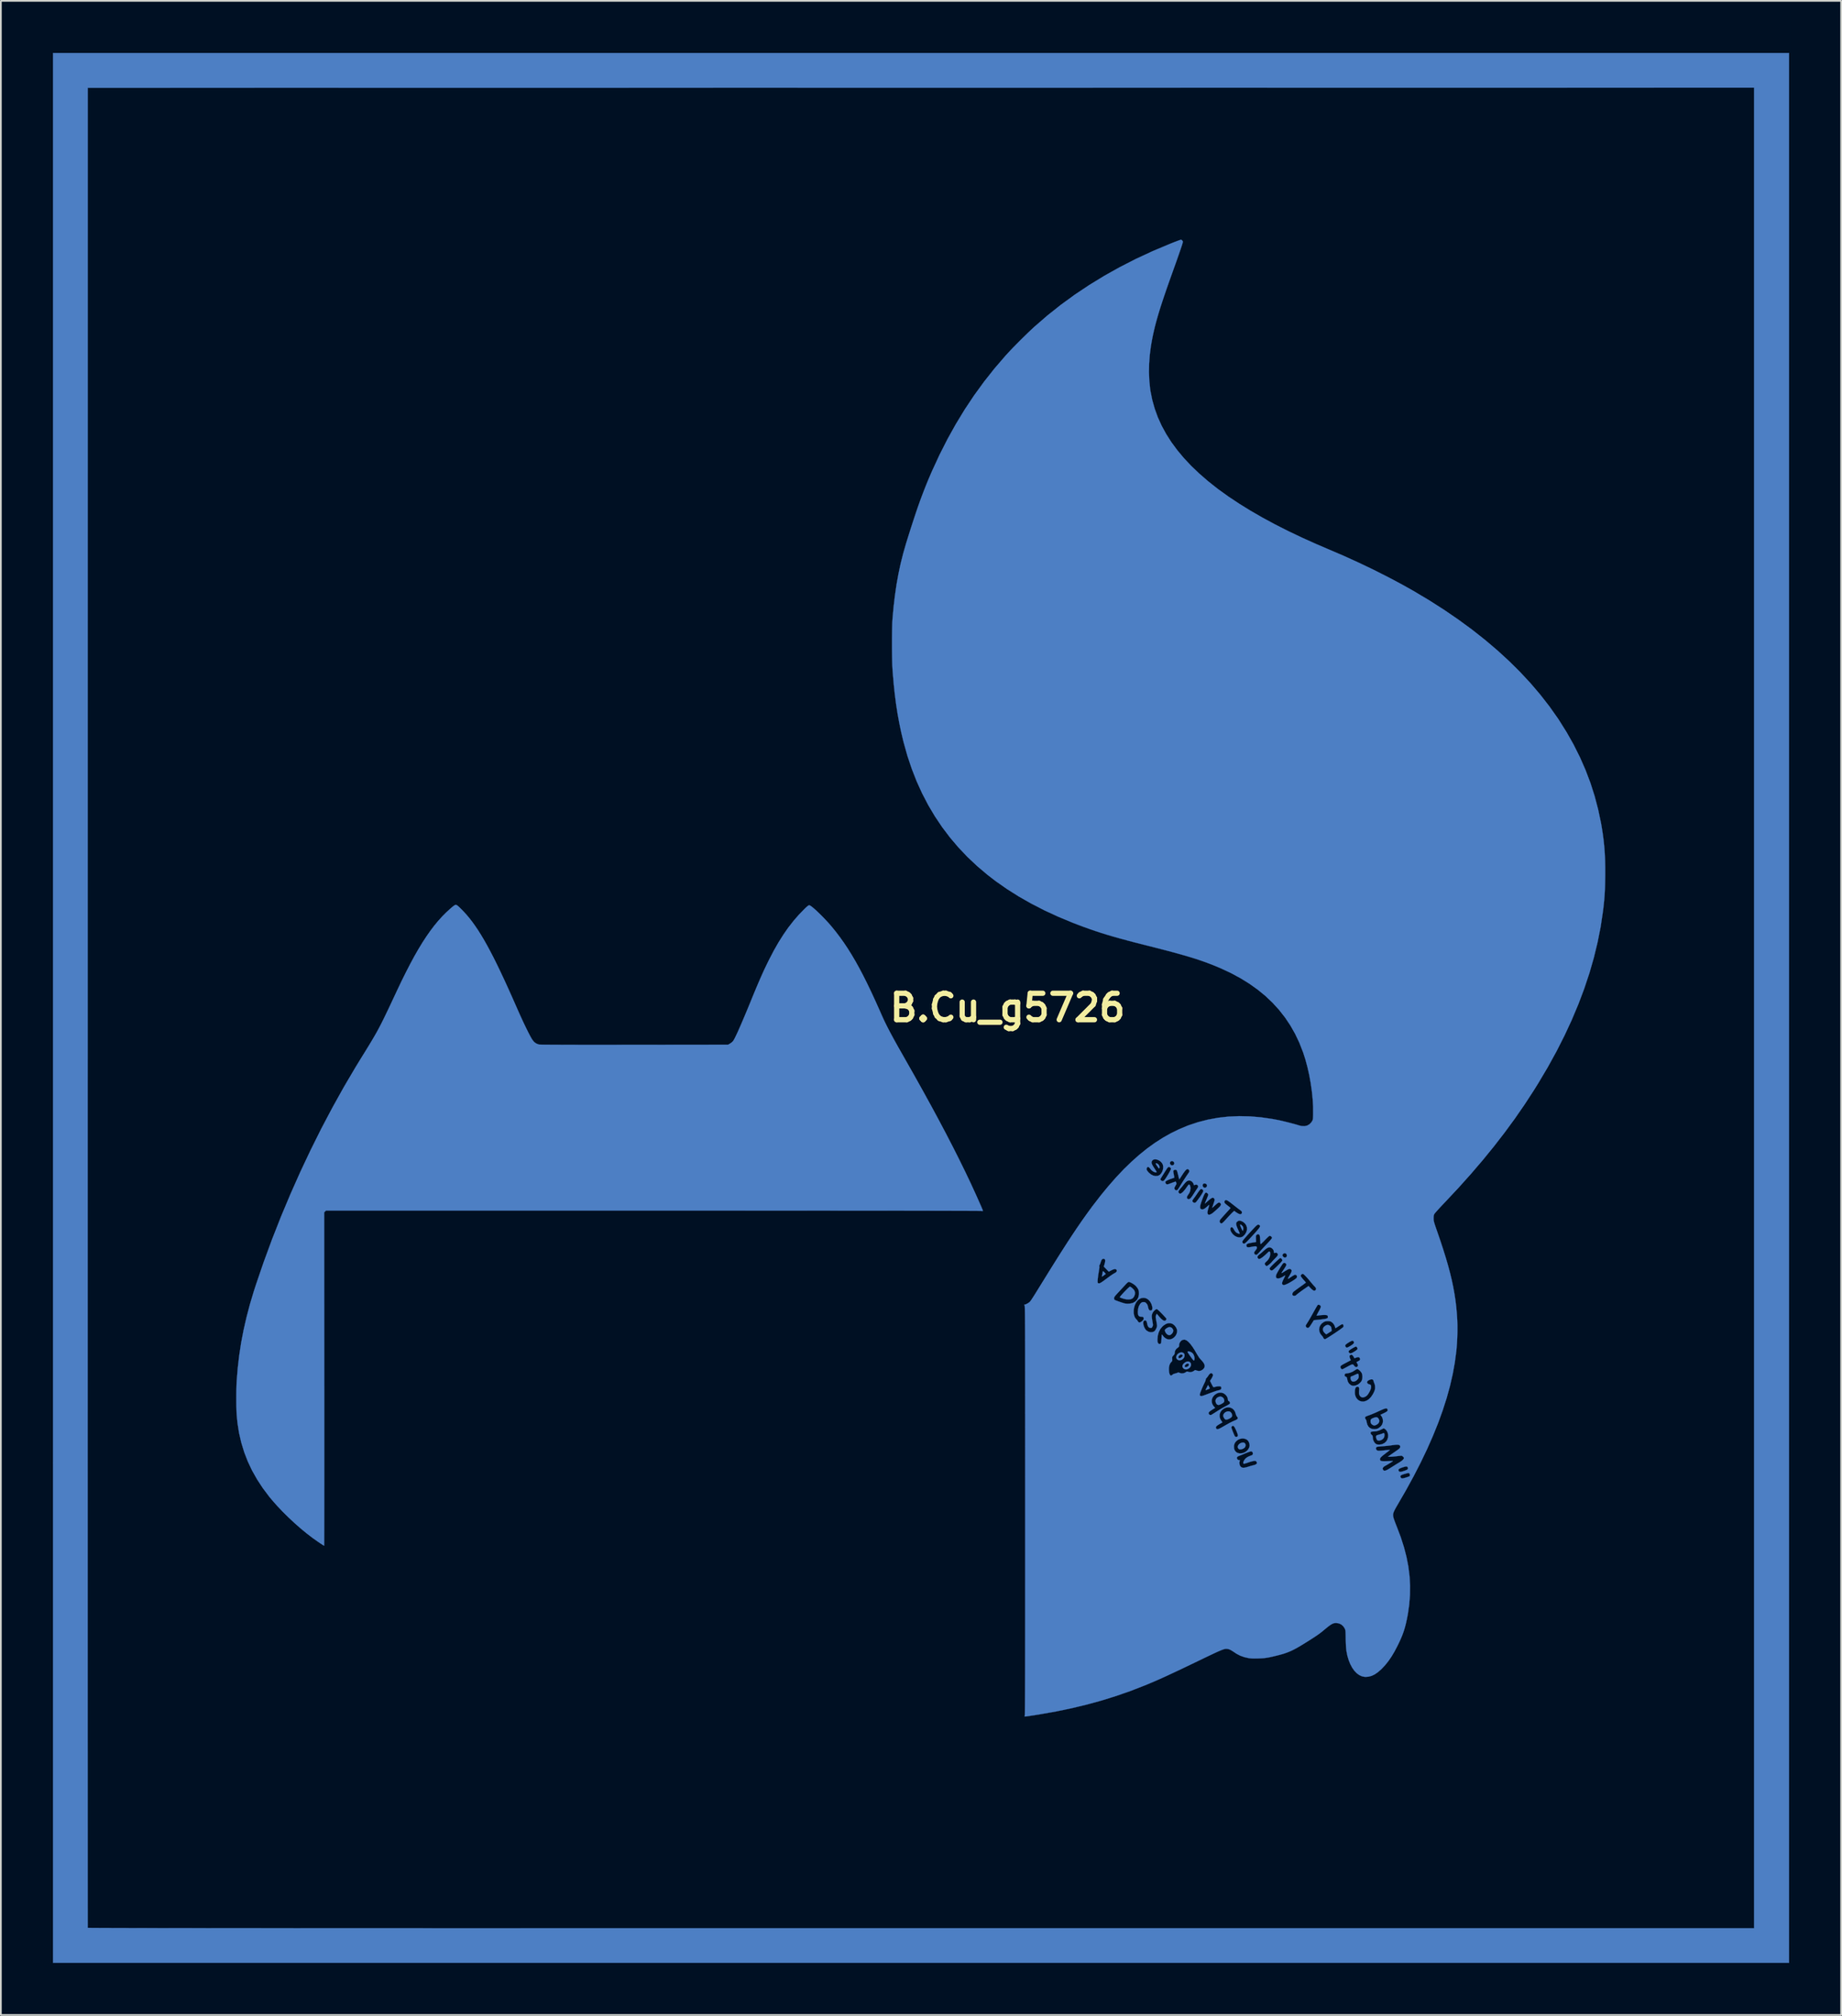
<source format=kicad_pcb>
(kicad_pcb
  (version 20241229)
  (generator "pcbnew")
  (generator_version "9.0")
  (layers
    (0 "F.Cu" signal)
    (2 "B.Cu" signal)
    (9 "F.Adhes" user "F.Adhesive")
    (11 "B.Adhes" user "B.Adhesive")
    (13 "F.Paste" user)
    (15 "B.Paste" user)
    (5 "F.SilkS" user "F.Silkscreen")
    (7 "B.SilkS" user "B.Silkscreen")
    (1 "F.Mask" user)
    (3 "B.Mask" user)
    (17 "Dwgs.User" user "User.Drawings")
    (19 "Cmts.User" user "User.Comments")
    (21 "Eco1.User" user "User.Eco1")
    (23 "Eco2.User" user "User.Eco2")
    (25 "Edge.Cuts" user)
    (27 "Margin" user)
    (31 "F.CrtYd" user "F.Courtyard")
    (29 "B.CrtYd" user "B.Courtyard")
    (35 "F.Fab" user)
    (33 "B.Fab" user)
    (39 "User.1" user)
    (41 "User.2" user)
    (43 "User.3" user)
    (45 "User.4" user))
  (footprint "B.Cu_g5726"
    (layer "F.Cu")
    (at 54.996 54.996)
    (property "Reference" "B.Cu_g5726" (at 0 0 0) (layer "F.SilkS") (effects (font (size 1.524 1.524) (thickness 0.3))))
    (attr through_hole)
    (fp_poly (pts (xy 5.548 15.208) (xy 5.581 15.241) (xy 5.66 15.329) (xy 5.608 15.37) (xy 5.527 15.432) (xy 5.474 15.469) (xy 5.446 15.483) (xy 5.44 15.478) (xy 5.444 15.447) (xy 5.453 15.389) (xy 5.466 15.318) (xy 5.479 15.249) (xy 5.49 15.197) (xy 5.494 15.181) (xy 5.511 15.179) (xy 5.548 15.208)) (stroke (width 0.01) (type solid)) (fill yes) (layer "B.Cu"))
    (fp_poly (pts (xy 11.606 21.824) (xy 11.635 21.88) (xy 11.648 21.92) (xy 11.646 21.932) (xy 11.618 21.949) (xy 11.568 21.971) (xy 11.51 21.994) (xy 11.456 22.012) (xy 11.419 22.02) (xy 11.41 22.018) (xy 11.419 21.993) (xy 11.444 21.941) (xy 11.477 21.873) (xy 11.481 21.867) (xy 11.55 21.731) (xy 11.606 21.824)) (stroke (width 0.01) (type solid)) (fill yes) (layer "B.Cu"))
    (fp_poly (pts (xy 8.615 8.971) (xy 8.669 9.006) (xy 8.721 9.064) (xy 8.752 9.136) (xy 8.757 9.206) (xy 8.746 9.242) (xy 8.732 9.254) (xy 8.711 9.243) (xy 8.678 9.204) (xy 8.638 9.147) (xy 8.593 9.08) (xy 8.558 9.022) (xy 8.539 8.987) (xy 8.538 8.986) (xy 8.539 8.959) (xy 8.568 8.955) (xy 8.615 8.971)) (stroke (width 0.01) (type solid)) (fill yes) (layer "B.Cu"))
    (fp_poly (pts (xy 13.454 12.504) (xy 13.501 12.542) (xy 13.545 12.59) (xy 13.571 12.633) (xy 13.579 12.679) (xy 13.58 12.738) (xy 13.573 12.795) (xy 13.562 12.836) (xy 13.55 12.848) (xy 13.536 12.83) (xy 13.51 12.782) (xy 13.477 12.713) (xy 13.467 12.691) (xy 13.428 12.598) (xy 13.406 12.538) (xy 13.4 12.503) (xy 13.41 12.489) (xy 13.417 12.488) (xy 13.454 12.504)) (stroke (width 0.01) (type solid)) (fill yes) (layer "B.Cu"))
    (fp_poly (pts (xy 13.631 25.054) (xy 13.671 25.08) (xy 13.71 25.146) (xy 13.716 25.224) (xy 13.69 25.3) (xy 13.658 25.34) (xy 13.583 25.393) (xy 13.499 25.427) (xy 13.417 25.441) (xy 13.348 25.431) (xy 13.31 25.405) (xy 13.268 25.337) (xy 13.265 25.267) (xy 13.28 25.222) (xy 13.327 25.15) (xy 13.396 25.094) (xy 13.476 25.056) (xy 13.558 25.042) (xy 13.631 25.054)) (stroke (width 0.01) (type solid)) (fill yes) (layer "B.Cu"))
    (fp_poly (pts (xy 9.438 18.42) (xy 9.485 18.46) (xy 9.537 18.54) (xy 9.548 18.625) (xy 9.516 18.713) (xy 9.47 18.775) (xy 9.395 18.839) (xy 9.321 18.861) (xy 9.245 18.842) (xy 9.178 18.795) (xy 9.124 18.734) (xy 9.084 18.663) (xy 9.064 18.596) (xy 9.067 18.553) (xy 9.09 18.523) (xy 9.136 18.483) (xy 9.167 18.458) (xy 9.266 18.405) (xy 9.357 18.392) (xy 9.438 18.42)) (stroke (width 0.01) (type solid)) (fill yes) (layer "B.Cu"))
    (fp_poly (pts (xy 10.49 19.805) (xy 10.557 19.831) (xy 10.621 19.867) (xy 10.672 19.911) (xy 10.723 19.989) (xy 10.758 20.086) (xy 10.774 20.186) (xy 10.766 20.272) (xy 10.761 20.287) (xy 10.743 20.315) (xy 10.718 20.311) (xy 10.681 20.274) (xy 10.661 20.249) (xy 10.581 20.142) (xy 10.508 20.041) (xy 10.447 19.952) (xy 10.402 19.881) (xy 10.376 19.834) (xy 10.372 19.82) (xy 10.388 19.797) (xy 10.431 19.793) (xy 10.49 19.805)) (stroke (width 0.01) (type solid)) (fill yes) (layer "B.Cu"))
    (fp_poly (pts (xy 12.842 23.282) (xy 12.902 23.353) (xy 12.912 23.374) (xy 12.94 23.461) (xy 12.934 23.532) (xy 12.892 23.592) (xy 12.811 23.649) (xy 12.795 23.658) (xy 12.691 23.706) (xy 12.611 23.725) (xy 12.55 23.714) (xy 12.529 23.701) (xy 12.488 23.654) (xy 12.451 23.587) (xy 12.428 23.52) (xy 12.425 23.495) (xy 12.445 23.414) (xy 12.5 23.339) (xy 12.569 23.288) (xy 12.671 23.249) (xy 12.764 23.247) (xy 12.842 23.282)) (stroke (width 0.01) (type solid)) (fill yes) (layer "B.Cu"))
    (fp_poly (pts (xy 12.349 22.414) (xy 12.42 22.465) (xy 12.47 22.539) (xy 12.488 22.622) (xy 12.484 22.674) (xy 12.467 22.715) (xy 12.43 22.753) (xy 12.365 22.795) (xy 12.311 22.825) (xy 12.22 22.866) (xy 12.15 22.879) (xy 12.09 22.863) (xy 12.081 22.858) (xy 12.034 22.811) (xy 11.998 22.737) (xy 11.981 22.655) (xy 11.98 22.642) (xy 12 22.556) (xy 12.053 22.481) (xy 12.132 22.426) (xy 12.227 22.397) (xy 12.267 22.394) (xy 12.349 22.414)) (stroke (width 0.01) (type solid)) (fill yes) (layer "B.Cu"))
    (fp_poly (pts (xy 18.513 18.279) (xy 18.587 18.327) (xy 18.629 18.371) (xy 18.651 18.42) (xy 18.662 18.49) (xy 18.663 18.501) (xy 18.672 18.616) (xy 18.57 18.681) (xy 18.502 18.725) (xy 18.44 18.764) (xy 18.414 18.782) (xy 18.38 18.801) (xy 18.353 18.801) (xy 18.32 18.779) (xy 18.282 18.746) (xy 18.207 18.657) (xy 18.17 18.566) (xy 18.173 18.478) (xy 18.215 18.396) (xy 18.241 18.368) (xy 18.337 18.297) (xy 18.427 18.267) (xy 18.513 18.279)) (stroke (width 0.01) (type solid)) (fill yes) (layer "B.Cu"))
    (fp_poly (pts (xy 21.323 23.609) (xy 21.372 23.661) (xy 21.372 23.662) (xy 21.414 23.755) (xy 21.414 23.844) (xy 21.376 23.926) (xy 21.3 23.995) (xy 21.242 24.026) (xy 21.179 24.053) (xy 21.136 24.063) (xy 21.096 24.055) (xy 21.048 24.036) (xy 20.968 23.982) (xy 20.924 23.903) (xy 20.913 23.822) (xy 20.918 23.755) (xy 20.941 23.707) (xy 20.988 23.668) (xy 21.067 23.631) (xy 21.085 23.624) (xy 21.187 23.591) (xy 21.264 23.585) (xy 21.323 23.609)) (stroke (width 0.01) (type solid)) (fill yes) (layer "B.Cu"))
    (fp_poly (pts (xy 21.688 24.502) (xy 21.698 24.514) (xy 21.715 24.57) (xy 21.714 24.646) (xy 21.699 24.725) (xy 21.675 24.78) (xy 21.615 24.848) (xy 21.532 24.899) (xy 21.44 24.928) (xy 21.353 24.929) (xy 21.32 24.92) (xy 21.282 24.885) (xy 21.252 24.824) (xy 21.234 24.752) (xy 21.233 24.685) (xy 21.246 24.647) (xy 21.273 24.631) (xy 21.33 24.61) (xy 21.404 24.589) (xy 21.408 24.588) (xy 21.492 24.564) (xy 21.568 24.539) (xy 21.617 24.519) (xy 21.663 24.499) (xy 21.688 24.502)) (stroke (width 0.01) (type solid)) (fill yes) (layer "B.Cu"))
    (fp_poly (pts (xy 20.201 21.082) (xy 20.214 21.113) (xy 20.226 21.17) (xy 20.23 21.202) (xy 20.231 21.278) (xy 20.214 21.336) (xy 20.19 21.377) (xy 20.12 21.454) (xy 20.038 21.508) (xy 19.953 21.535) (xy 19.875 21.529) (xy 19.854 21.521) (xy 19.811 21.482) (xy 19.78 21.426) (xy 19.763 21.361) (xy 19.763 21.3) (xy 19.778 21.253) (xy 19.812 21.231) (xy 19.82 21.23) (xy 19.851 21.221) (xy 19.91 21.197) (xy 19.985 21.162) (xy 20.016 21.147) (xy 20.098 21.109) (xy 20.161 21.085) (xy 20.197 21.08) (xy 20.201 21.082)) (stroke (width 0.01) (type solid)) (fill yes) (layer "B.Cu"))
    (fp_poly (pts (xy 7.091 16.08) (xy 7.146 16.119) (xy 7.207 16.173) (xy 7.264 16.231) (xy 7.306 16.286) (xy 7.315 16.301) (xy 7.343 16.399) (xy 7.338 16.506) (xy 7.303 16.611) (xy 7.242 16.702) (xy 7.192 16.746) (xy 7.102 16.787) (xy 6.984 16.803) (xy 6.847 16.796) (xy 6.697 16.764) (xy 6.657 16.751) (xy 6.577 16.724) (xy 6.512 16.7) (xy 6.474 16.682) (xy 6.469 16.679) (xy 6.476 16.658) (xy 6.508 16.613) (xy 6.56 16.551) (xy 6.627 16.476) (xy 6.703 16.393) (xy 6.783 16.31) (xy 6.861 16.231) (xy 6.933 16.161) (xy 6.993 16.107) (xy 7.035 16.073) (xy 7.052 16.066) (xy 7.091 16.08)) (stroke (width 0.01) (type solid)) (fill yes) (layer "B.Cu"))
    (fp_poly (pts (xy 10.494 20.402) (xy 10.549 20.463) (xy 10.552 20.469) (xy 10.574 20.551) (xy 10.561 20.631) (xy 10.52 20.704) (xy 10.458 20.765) (xy 10.383 20.809) (xy 10.301 20.83) (xy 10.219 20.824) (xy 10.145 20.785) (xy 10.131 20.772) (xy 10.082 20.7) (xy 10.078 20.65) (xy 10.202 20.65) (xy 10.216 20.687) (xy 10.258 20.702) (xy 10.316 20.694) (xy 10.376 20.668) (xy 10.4 20.649) (xy 10.446 20.595) (xy 10.453 20.549) (xy 10.431 20.515) (xy 10.382 20.491) (xy 10.321 20.507) (xy 10.267 20.544) (xy 10.219 20.599) (xy 10.202 20.65) (xy 10.078 20.65) (xy 10.075 20.623) (xy 10.11 20.543) (xy 10.155 20.489) (xy 10.245 20.419) (xy 10.335 20.381) (xy 10.42 20.375) (xy 10.494 20.402)) (stroke (width 0.01) (type solid)) (fill yes) (layer "B.Cu"))
    (fp_poly (pts (xy 10.067 19.855) (xy 10.137 19.887) (xy 10.185 19.943) (xy 10.202 20.022) (xy 10.184 20.117) (xy 10.134 20.199) (xy 10.062 20.262) (xy 9.977 20.299) (xy 9.885 20.304) (xy 9.828 20.289) (xy 9.759 20.241) (xy 9.723 20.175) (xy 9.72 20.121) (xy 9.842 20.121) (xy 9.857 20.17) (xy 9.897 20.19) (xy 9.954 20.178) (xy 9.991 20.157) (xy 10.046 20.113) (xy 10.084 20.068) (xy 10.096 20.041) (xy 10.079 20.006) (xy 10.039 19.979) (xy 9.993 19.971) (xy 9.983 19.972) (xy 9.92 20.005) (xy 9.87 20.055) (xy 9.844 20.109) (xy 9.842 20.121) (xy 9.72 20.121) (xy 9.719 20.099) (xy 9.745 20.021) (xy 9.801 19.947) (xy 9.885 19.886) (xy 9.89 19.883) (xy 9.982 19.853) (xy 10.067 19.855)) (stroke (width 0.01) (type solid)) (fill yes) (layer "B.Cu"))
    (fp_poly (pts (xy 45.022 55.012) (xy -54.991 55.012) (xy -54.991 24.988) (xy -52.998 24.988) (xy -52.998 26.221) (xy -52.997 27.435) (xy -52.997 28.627) (xy -52.997 29.798) (xy -52.997 30.947) (xy -52.997 32.074) (xy -52.997 33.178) (xy -52.997 34.258) (xy -52.997 35.314) (xy -52.997 36.346) (xy -52.997 37.352) (xy -52.997 38.332) (xy -52.997 39.286) (xy -52.997 40.213) (xy -52.997 41.112) (xy -52.997 41.984) (xy -52.996 42.827) (xy -52.996 43.64) (xy -52.996 44.424) (xy -52.996 45.177) (xy -52.996 45.899) (xy -52.996 46.59) (xy -52.995 47.249) (xy -52.995 47.876) (xy -52.995 48.469) (xy -52.995 49.028) (xy -52.995 49.553) (xy -52.995 50.043) (xy -52.994 50.497) (xy -52.994 50.916) (xy -52.994 51.298) (xy -52.994 51.643) (xy -52.993 51.95) (xy -52.993 52.219) (xy -52.993 52.449) (xy -52.993 52.639) (xy -52.992 52.79) (xy -52.992 52.9) (xy -52.992 52.968) (xy -52.992 52.996) (xy -52.992 52.996) (xy -52.984 52.997) (xy -52.962 52.998) (xy -52.925 52.999) (xy -52.872 53) (xy -52.804 53.001) (xy -52.719 53.002) (xy -52.617 53.002) (xy -52.498 53.003) (xy -52.361 53.004) (xy -52.207 53.005) (xy -52.033 53.006) (xy -51.841 53.006) (xy -51.629 53.007) (xy -51.398 53.008) (xy -51.146 53.008) (xy -50.873 53.009) (xy -50.579 53.01) (xy -50.263 53.01) (xy -49.925 53.011) (xy -49.565 53.012) (xy -49.182 53.012) (xy -48.775 53.013) (xy -48.345 53.013) (xy -47.89 53.014) (xy -47.41 53.014) (xy -46.906 53.015) (xy -46.375 53.015) (xy -45.819 53.016) (xy -45.236 53.016) (xy -44.626 53.016) (xy -43.988 53.017) (xy -43.323 53.017) (xy -42.63 53.018) (xy -41.908 53.018) (xy -41.156 53.018) (xy -40.375 53.019) (xy -39.565 53.019) (xy -38.723 53.019) (xy -37.851 53.019) (xy -36.947 53.02) (xy -36.011 53.02) (xy -35.044 53.02) (xy -34.043 53.02) (xy -33.009 53.021) (xy -31.942 53.021) (xy -30.841 53.021) (xy -29.705 53.021) (xy -28.535 53.021) (xy -27.329 53.022) (xy -26.087 53.022) (xy -24.809 53.022) (xy -23.495 53.022) (xy -22.143 53.022) (xy -20.754 53.022) (xy -19.327 53.022) (xy -17.861 53.022) (xy -16.356 53.022) (xy -14.813 53.022) (xy -13.229 53.022) (xy -11.605 53.022) (xy -9.941 53.022) (xy -8.235 53.022) (xy -6.488 53.022) (xy -4.985 53.023) (xy 43.011 53.023) (xy 43.011 -53.001) (xy -4.99 -52.996) (xy -52.991 -52.991) (xy -52.996 -0.011) (xy -52.996 1.489) (xy -52.996 2.978) (xy -52.997 4.456) (xy -52.997 5.924) (xy -52.997 7.38) (xy -52.997 8.824) (xy -52.997 10.254) (xy -52.997 11.672) (xy -52.997 13.076) (xy -52.997 14.465) (xy -52.997 15.839) (xy -52.997 17.197) (xy -52.997 18.54) (xy -52.997 19.865) (xy -52.997 21.173) (xy -52.997 22.464) (xy -52.998 23.735) (xy -52.998 24.988) (xy -54.991 24.988) (xy -54.991 -54.991) (xy 45.022 -54.991) (xy 45.022 55.012)) (stroke (width 0.01) (type solid)) (fill yes) (layer "B.Cu"))
    (fp_poly (pts (xy -31.757 -5.922) (xy -31.721 -5.905) (xy -31.676 -5.872) (xy -31.614 -5.818) (xy -31.531 -5.739) (xy -31.491 -5.699) (xy -31.324 -5.529) (xy -31.159 -5.347) (xy -30.996 -5.152) (xy -30.833 -4.941) (xy -30.669 -4.713) (xy -30.503 -4.467) (xy -30.335 -4.2) (xy -30.163 -3.911) (xy -29.986 -3.598) (xy -29.803 -3.258) (xy -29.613 -2.892) (xy -29.416 -2.496) (xy -29.21 -2.068) (xy -28.994 -1.608) (xy -28.768 -1.114) (xy -28.529 -0.582) (xy -28.278 -0.013) (xy -28.268 0.011) (xy -28.151 0.275) (xy -28.035 0.532) (xy -27.921 0.779) (xy -27.811 1.011) (xy -27.707 1.226) (xy -27.612 1.417) (xy -27.526 1.583) (xy -27.452 1.718) (xy -27.392 1.82) (xy -27.378 1.841) (xy -27.276 1.968) (xy -27.16 2.056) (xy -27.027 2.109) (xy -26.997 2.116) (xy -26.967 2.119) (xy -26.901 2.121) (xy -26.8 2.124) (xy -26.662 2.126) (xy -26.488 2.127) (xy -26.277 2.129) (xy -26.028 2.13) (xy -25.742 2.131) (xy -25.417 2.132) (xy -25.053 2.133) (xy -24.65 2.134) (xy -24.207 2.134) (xy -23.724 2.134) (xy -23.201 2.134) (xy -22.636 2.134) (xy -22.03 2.133) (xy -21.495 2.133) (xy -16.097 2.127) (xy -15.981 2.06) (xy -15.896 2) (xy -15.823 1.93) (xy -15.799 1.9) (xy -15.759 1.834) (xy -15.704 1.73) (xy -15.636 1.591) (xy -15.555 1.417) (xy -15.463 1.212) (xy -15.36 0.977) (xy -15.247 0.714) (xy -15.125 0.425) (xy -14.994 0.112) (xy -14.856 -0.223) (xy -14.848 -0.243) (xy -14.711 -0.578) (xy -14.587 -0.878) (xy -14.475 -1.147) (xy -14.372 -1.39) (xy -14.277 -1.611) (xy -14.187 -1.815) (xy -14.101 -2.007) (xy -14.017 -2.19) (xy -13.932 -2.369) (xy -13.845 -2.549) (xy -13.754 -2.734) (xy -13.724 -2.794) (xy -13.458 -3.304) (xy -13.188 -3.776) (xy -12.913 -4.212) (xy -12.63 -4.618) (xy -12.336 -4.996) (xy -12.029 -5.35) (xy -11.705 -5.684) (xy -11.7 -5.689) (xy -11.602 -5.783) (xy -11.527 -5.848) (xy -11.473 -5.887) (xy -11.435 -5.904) (xy -11.425 -5.905) (xy -11.382 -5.89) (xy -11.314 -5.847) (xy -11.225 -5.778) (xy -11.119 -5.688) (xy -10.998 -5.579) (xy -10.868 -5.456) (xy -10.731 -5.321) (xy -10.59 -5.178) (xy -10.45 -5.03) (xy -10.313 -4.881) (xy -10.184 -4.734) (xy -10.115 -4.652) (xy -9.879 -4.36) (xy -9.65 -4.058) (xy -9.426 -3.743) (xy -9.205 -3.411) (xy -8.986 -3.061) (xy -8.767 -2.69) (xy -8.547 -2.294) (xy -8.324 -1.872) (xy -8.098 -1.421) (xy -7.865 -0.937) (xy -7.625 -0.419) (xy -7.376 0.137) (xy -7.301 0.307) (xy -7.225 0.478) (xy -7.149 0.646) (xy -7.069 0.815) (xy -6.984 0.988) (xy -6.893 1.168) (xy -6.794 1.36) (xy -6.684 1.566) (xy -6.562 1.79) (xy -6.426 2.036) (xy -6.275 2.307) (xy -6.105 2.606) (xy -5.916 2.938) (xy -5.884 2.995) (xy -5.362 3.915) (xy -4.867 4.802) (xy -4.397 5.656) (xy -3.953 6.479) (xy -3.535 7.27) (xy -3.142 8.03) (xy -2.775 8.759) (xy -2.432 9.458) (xy -2.114 10.126) (xy -1.821 10.765) (xy -1.75 10.924) (xy -1.662 11.122) (xy -1.59 11.284) (xy -1.532 11.414) (xy -1.488 11.516) (xy -1.456 11.592) (xy -1.435 11.647) (xy -1.423 11.682) (xy -1.419 11.702) (xy -1.421 11.71) (xy -1.43 11.71) (xy -1.439 11.705) (xy -1.461 11.704) (xy -1.523 11.703) (xy -1.625 11.701) (xy -1.767 11.7) (xy -1.949 11.699) (xy -2.171 11.698) (xy -2.432 11.697) (xy -2.734 11.696) (xy -3.077 11.695) (xy -3.46 11.694) (xy -3.883 11.693) (xy -4.347 11.692) (xy -4.851 11.691) (xy -5.397 11.69) (xy -5.983 11.689) (xy -6.61 11.689) (xy -7.278 11.688) (xy -7.987 11.688) (xy -8.738 11.687) (xy -9.529 11.687) (xy -10.362 11.686) (xy -11.237 11.686) (xy -12.153 11.685) (xy -13.111 11.685) (xy -14.11 11.685) (xy -15.152 11.684) (xy -16.235 11.684) (xy -17.361 11.684) (xy -18.528 11.684) (xy -19.738 11.684) (xy -20.372 11.684) (xy -39.266 11.684) (xy -39.318 11.736) (xy -39.37 11.788) (xy -39.365 21.388) (xy -39.364 22.023) (xy -39.364 22.648) (xy -39.364 23.26) (xy -39.364 23.859) (xy -39.364 24.443) (xy -39.364 25.012) (xy -39.364 25.562) (xy -39.364 26.095) (xy -39.364 26.607) (xy -39.364 27.097) (xy -39.364 27.565) (xy -39.365 28.009) (xy -39.365 28.428) (xy -39.365 28.82) (xy -39.366 29.183) (xy -39.366 29.518) (xy -39.367 29.822) (xy -39.367 30.093) (xy -39.368 30.332) (xy -39.369 30.535) (xy -39.369 30.703) (xy -39.37 30.833) (xy -39.371 30.925) (xy -39.372 30.976) (xy -39.372 30.988) (xy -39.393 30.977) (xy -39.443 30.946) (xy -39.517 30.898) (xy -39.608 30.839) (xy -39.7 30.777) (xy -40.033 30.543) (xy -40.378 30.278) (xy -40.731 29.987) (xy -41.084 29.676) (xy -41.431 29.352) (xy -41.766 29.021) (xy -42.081 28.688) (xy -42.371 28.359) (xy -42.542 28.152) (xy -42.91 27.662) (xy -43.237 27.162) (xy -43.524 26.653) (xy -43.77 26.132) (xy -43.977 25.598) (xy -44.144 25.05) (xy -44.274 24.487) (xy -44.365 23.906) (xy -44.408 23.463) (xy -44.417 23.321) (xy -44.423 23.144) (xy -44.428 22.942) (xy -44.43 22.722) (xy -44.431 22.492) (xy -44.43 22.26) (xy -44.427 22.035) (xy -44.423 21.825) (xy -44.416 21.638) (xy -44.409 21.495) (xy -44.348 20.751) (xy -44.263 20.019) (xy -44.152 19.292) (xy -44.013 18.565) (xy -43.845 17.831) (xy -43.648 17.085) (xy -43.42 16.321) (xy -43.303 15.96) (xy -42.855 14.651) (xy -42.374 13.344) (xy -41.862 12.042) (xy -41.32 10.75) (xy -40.751 9.47) (xy -40.156 8.209) (xy -39.538 6.968) (xy -38.897 5.754) (xy -38.237 4.569) (xy -37.559 3.418) (xy -37.303 3) (xy -37.138 2.733) (xy -36.989 2.493) (xy -36.856 2.276) (xy -36.735 2.078) (xy -36.625 1.895) (xy -36.524 1.723) (xy -36.429 1.56) (xy -36.339 1.401) (xy -36.253 1.243) (xy -36.167 1.082) (xy -36.08 0.914) (xy -35.991 0.736) (xy -35.896 0.543) (xy -35.795 0.333) (xy -35.684 0.102) (xy -35.563 -0.154) (xy -35.429 -0.439) (xy -35.28 -0.757) (xy -35.179 -0.974) (xy -34.915 -1.529) (xy -34.659 -2.045) (xy -34.412 -2.525) (xy -34.172 -2.969) (xy -33.937 -3.38) (xy -33.706 -3.76) (xy -33.477 -4.11) (xy -33.251 -4.434) (xy -33.024 -4.733) (xy -32.796 -5.008) (xy -32.567 -5.262) (xy -32.333 -5.496) (xy -32.113 -5.698) (xy -32.009 -5.787) (xy -31.931 -5.851) (xy -31.873 -5.893) (xy -31.83 -5.917) (xy -31.797 -5.926) (xy -31.787 -5.927) (xy -31.757 -5.922)) (stroke (width 0.01) (type solid)) (fill yes) (layer "B.Cu"))
    (fp_poly (pts (xy 10.035 -44.221) (xy 10.077 -44.178) (xy 10.101 -44.133) (xy 10.101 -44.113) (xy 10.093 -44.075) (xy 10.077 -44.016) (xy 10.052 -43.934) (xy 10.017 -43.827) (xy 9.972 -43.693) (xy 9.916 -43.531) (xy 9.849 -43.338) (xy 9.77 -43.113) (xy 9.678 -42.854) (xy 9.572 -42.558) (xy 9.477 -42.291) (xy 9.315 -41.837) (xy 9.168 -41.42) (xy 9.036 -41.034) (xy 8.917 -40.678) (xy 8.81 -40.348) (xy 8.715 -40.04) (xy 8.63 -39.752) (xy 8.554 -39.48) (xy 8.486 -39.22) (xy 8.427 -38.969) (xy 8.373 -38.725) (xy 8.325 -38.483) (xy 8.282 -38.241) (xy 8.257 -38.089) (xy 8.194 -37.601) (xy 8.158 -37.108) (xy 8.148 -36.618) (xy 8.166 -36.141) (xy 8.211 -35.684) (xy 8.235 -35.52) (xy 8.337 -35.009) (xy 8.478 -34.507) (xy 8.658 -34.013) (xy 8.877 -33.528) (xy 9.137 -33.051) (xy 9.436 -32.582) (xy 9.776 -32.12) (xy 10.157 -31.664) (xy 10.578 -31.215) (xy 11.041 -30.773) (xy 11.545 -30.335) (xy 12.091 -29.903) (xy 12.181 -29.836) (xy 12.744 -29.432) (xy 13.349 -29.031) (xy 13.994 -28.632) (xy 14.678 -28.238) (xy 15.4 -27.847) (xy 16.16 -27.462) (xy 16.957 -27.082) (xy 17.788 -26.708) (xy 18.451 -26.424) (xy 19.35 -26.038) (xy 20.234 -25.637) (xy 21.096 -25.224) (xy 21.931 -24.802) (xy 22.734 -24.375) (xy 23.368 -24.019) (xy 24.266 -23.485) (xy 25.129 -22.935) (xy 25.956 -22.37) (xy 26.747 -21.791) (xy 27.5 -21.197) (xy 28.217 -20.589) (xy 28.895 -19.968) (xy 29.535 -19.333) (xy 30.136 -18.687) (xy 30.697 -18.028) (xy 31.219 -17.357) (xy 31.7 -16.676) (xy 31.761 -16.584) (xy 32.207 -15.875) (xy 32.612 -15.158) (xy 32.975 -14.432) (xy 33.298 -13.697) (xy 33.581 -12.951) (xy 33.823 -12.194) (xy 34.026 -11.424) (xy 34.19 -10.642) (xy 34.225 -10.446) (xy 34.288 -10.047) (xy 34.339 -9.662) (xy 34.378 -9.281) (xy 34.407 -8.895) (xy 34.425 -8.496) (xy 34.434 -8.075) (xy 34.434 -7.624) (xy 34.432 -7.495) (xy 34.426 -7.19) (xy 34.419 -6.917) (xy 34.408 -6.667) (xy 34.393 -6.43) (xy 34.374 -6.196) (xy 34.35 -5.955) (xy 34.321 -5.697) (xy 34.3 -5.53) (xy 34.169 -4.656) (xy 33.995 -3.776) (xy 33.78 -2.891) (xy 33.524 -2) (xy 33.226 -1.105) (xy 32.887 -0.206) (xy 32.507 0.698) (xy 32.086 1.605) (xy 31.624 2.516) (xy 31.121 3.429) (xy 30.577 4.346) (xy 30.304 4.784) (xy 29.775 5.594) (xy 29.22 6.396) (xy 28.637 7.191) (xy 28.024 7.983) (xy 27.38 8.774) (xy 26.701 9.567) (xy 25.986 10.365) (xy 25.232 11.17) (xy 25.174 11.231) (xy 25.048 11.363) (xy 24.93 11.49) (xy 24.823 11.606) (xy 24.732 11.707) (xy 24.659 11.79) (xy 24.609 11.851) (xy 24.584 11.886) (xy 24.584 11.887) (xy 24.561 11.947) (xy 24.549 12.019) (xy 24.546 12.116) (xy 24.546 12.139) (xy 24.548 12.191) (xy 24.552 12.241) (xy 24.561 12.294) (xy 24.576 12.356) (xy 24.598 12.433) (xy 24.629 12.53) (xy 24.67 12.653) (xy 24.724 12.808) (xy 24.753 12.89) (xy 24.938 13.429) (xy 25.104 13.933) (xy 25.252 14.409) (xy 25.382 14.858) (xy 25.496 15.286) (xy 25.595 15.696) (xy 25.679 16.093) (xy 25.749 16.479) (xy 25.807 16.859) (xy 25.852 17.237) (xy 25.886 17.617) (xy 25.91 17.992) (xy 25.919 18.302) (xy 25.919 18.639) (xy 25.91 18.99) (xy 25.892 19.34) (xy 25.865 19.676) (xy 25.855 19.78) (xy 25.769 20.433) (xy 25.648 21.1) (xy 25.491 21.781) (xy 25.3 22.477) (xy 25.072 23.188) (xy 24.809 23.915) (xy 24.509 24.658) (xy 24.173 25.419) (xy 23.801 26.197) (xy 23.392 26.993) (xy 22.945 27.808) (xy 22.503 28.572) (xy 22.409 28.733) (xy 22.335 28.864) (xy 22.281 28.971) (xy 22.243 29.058) (xy 22.22 29.132) (xy 22.211 29.198) (xy 22.213 29.262) (xy 22.224 29.329) (xy 22.231 29.361) (xy 22.249 29.422) (xy 22.281 29.514) (xy 22.322 29.628) (xy 22.371 29.756) (xy 22.424 29.89) (xy 22.434 29.914) (xy 22.656 30.499) (xy 22.839 31.072) (xy 22.984 31.633) (xy 23.091 32.186) (xy 23.16 32.734) (xy 23.191 33.278) (xy 23.185 33.823) (xy 23.142 34.371) (xy 23.063 34.924) (xy 23.007 35.211) (xy 22.951 35.468) (xy 22.891 35.698) (xy 22.826 35.913) (xy 22.75 36.124) (xy 22.661 36.34) (xy 22.554 36.573) (xy 22.468 36.749) (xy 22.295 37.078) (xy 22.122 37.371) (xy 21.944 37.63) (xy 21.758 37.863) (xy 21.562 38.072) (xy 21.52 38.113) (xy 21.335 38.274) (xy 21.156 38.397) (xy 20.981 38.481) (xy 20.806 38.529) (xy 20.628 38.542) (xy 20.574 38.54) (xy 20.413 38.507) (xy 20.259 38.435) (xy 20.113 38.327) (xy 19.978 38.184) (xy 19.855 38.01) (xy 19.747 37.807) (xy 19.655 37.578) (xy 19.58 37.326) (xy 19.526 37.052) (xy 19.525 37.042) (xy 19.511 36.924) (xy 19.499 36.771) (xy 19.491 36.591) (xy 19.485 36.39) (xy 19.484 36.337) (xy 19.482 36.182) (xy 19.479 36.063) (xy 19.476 35.973) (xy 19.471 35.907) (xy 19.464 35.858) (xy 19.454 35.819) (xy 19.441 35.784) (xy 19.423 35.747) (xy 19.419 35.739) (xy 19.334 35.615) (xy 19.222 35.521) (xy 19.09 35.461) (xy 18.943 35.438) (xy 18.853 35.442) (xy 18.794 35.454) (xy 18.732 35.476) (xy 18.664 35.511) (xy 18.584 35.562) (xy 18.488 35.633) (xy 18.37 35.727) (xy 18.227 35.846) (xy 18.215 35.856) (xy 18.115 35.939) (xy 18.011 36.019) (xy 17.897 36.102) (xy 17.768 36.191) (xy 17.618 36.29) (xy 17.441 36.404) (xy 17.308 36.488) (xy 17.071 36.635) (xy 16.864 36.761) (xy 16.679 36.868) (xy 16.512 36.958) (xy 16.357 37.035) (xy 16.208 37.1) (xy 16.059 37.157) (xy 15.905 37.209) (xy 15.741 37.256) (xy 15.559 37.304) (xy 15.494 37.32) (xy 15.307 37.365) (xy 15.151 37.4) (xy 15.018 37.427) (xy 14.899 37.446) (xy 14.785 37.46) (xy 14.667 37.47) (xy 14.536 37.476) (xy 14.436 37.48) (xy 14.273 37.483) (xy 14.142 37.483) (xy 14.033 37.477) (xy 13.937 37.467) (xy 13.872 37.457) (xy 13.631 37.401) (xy 13.404 37.319) (xy 13.204 37.216) (xy 13.151 37.182) (xy 13.029 37.101) (xy 12.935 37.041) (xy 12.862 36.998) (xy 12.804 36.969) (xy 12.753 36.95) (xy 12.704 36.938) (xy 12.687 36.936) (xy 12.651 36.93) (xy 12.615 36.927) (xy 12.578 36.928) (xy 12.536 36.932) (xy 12.488 36.943) (xy 12.43 36.96) (xy 12.359 36.985) (xy 12.275 37.019) (xy 12.172 37.062) (xy 12.05 37.117) (xy 11.906 37.183) (xy 11.736 37.263) (xy 11.538 37.357) (xy 11.31 37.466) (xy 11.05 37.592) (xy 10.763 37.73) (xy 10.382 37.913) (xy 10.036 38.079) (xy 9.719 38.228) (xy 9.429 38.364) (xy 9.162 38.488) (xy 8.915 38.6) (xy 8.683 38.704) (xy 8.462 38.801) (xy 8.25 38.891) (xy 8.043 38.978) (xy 7.89 39.04) (xy 7.076 39.356) (xy 6.253 39.643) (xy 5.417 39.903) (xy 4.563 40.138) (xy 3.688 40.348) (xy 2.786 40.535) (xy 1.852 40.7) (xy 1.577 40.744) (xy 1.4 40.771) (xy 1.261 40.792) (xy 1.155 40.808) (xy 1.079 40.818) (xy 1.027 40.824) (xy 0.997 40.825) (xy 0.982 40.823) (xy 0.981 40.818) (xy 0.987 40.809) (xy 0.99 40.807) (xy 0.992 40.797) (xy 0.993 40.773) (xy 0.995 40.732) (xy 0.997 40.675) (xy 0.998 40.599) (xy 1 40.505) (xy 1.001 40.391) (xy 1.003 40.257) (xy 1.004 40.101) (xy 1.005 39.923) (xy 1.006 39.721) (xy 1.007 39.496) (xy 1.008 39.245) (xy 1.009 38.969) (xy 1.01 38.666) (xy 1.011 38.335) (xy 1.012 37.976) (xy 1.012 37.588) (xy 1.013 37.169) (xy 1.013 36.719) (xy 1.014 36.236) (xy 1.014 35.721) (xy 1.015 35.172) (xy 1.015 34.588) (xy 1.015 33.969) (xy 1.015 33.313) (xy 1.016 32.62) (xy 1.016 31.888) (xy 1.016 31.117) (xy 1.016 30.306) (xy 1.016 29.454) (xy 1.016 28.98) (xy 1.016 28.133) (xy 1.016 27.326) (xy 1.016 27.002) (xy 22.63 27.002) (xy 22.65 27.051) (xy 22.656 27.061) (xy 22.682 27.092) (xy 22.714 27.108) (xy 22.761 27.11) (xy 22.829 27.097) (xy 22.928 27.069) (xy 22.952 27.061) (xy 23.035 27.035) (xy 23.104 27.011) (xy 23.147 26.993) (xy 23.154 26.99) (xy 23.179 26.952) (xy 23.181 26.898) (xy 23.164 26.845) (xy 23.131 26.807) (xy 23.101 26.797) (xy 23.069 26.803) (xy 23.006 26.817) (xy 22.924 26.839) (xy 22.868 26.854) (xy 22.754 26.89) (xy 22.679 26.925) (xy 22.639 26.961) (xy 22.63 27.002) (xy 1.016 27.002) (xy 1.016 26.561) (xy 1.016 25.944) (xy 13.211 25.944) (xy 13.241 26.009) (xy 13.241 26.009) (xy 13.293 26.049) (xy 13.337 26.056) (xy 13.379 26.059) (xy 13.388 26.075) (xy 13.378 26.097) (xy 13.359 26.168) (xy 13.359 26.256) (xy 13.377 26.343) (xy 13.399 26.39) (xy 13.45 26.452) (xy 13.515 26.488) (xy 13.599 26.498) (xy 13.707 26.483) (xy 13.845 26.445) (xy 13.862 26.439) (xy 13.962 26.407) (xy 14.065 26.378) (xy 14.151 26.356) (xy 14.168 26.352) (xy 14.262 26.324) (xy 14.331 26.286) (xy 14.368 26.241) (xy 14.372 26.22) (xy 14.361 26.183) (xy 14.337 26.143) (xy 14.312 26.114) (xy 14.28 26.101) (xy 14.228 26.101) (xy 14.191 26.105) (xy 14.119 26.117) (xy 14.025 26.141) (xy 13.925 26.172) (xy 13.893 26.183) (xy 13.777 26.224) (xy 13.695 26.249) (xy 13.641 26.261) (xy 13.607 26.261) (xy 13.588 26.248) (xy 13.581 26.236) (xy 13.581 26.185) (xy 13.606 26.117) (xy 13.65 26.041) (xy 13.707 25.971) (xy 13.731 25.948) (xy 13.801 25.896) (xy 13.888 25.848) (xy 13.941 25.826) (xy 14.012 25.799) (xy 14.07 25.776) (xy 14.097 25.763) (xy 14.127 25.725) (xy 14.135 25.668) (xy 14.12 25.61) (xy 14.098 25.581) (xy 14.068 25.559) (xy 14.035 25.553) (xy 13.984 25.562) (xy 13.955 25.57) (xy 13.891 25.591) (xy 13.803 25.624) (xy 13.705 25.663) (xy 13.651 25.686) (xy 13.556 25.727) (xy 13.466 25.764) (xy 13.394 25.792) (xy 13.365 25.802) (xy 13.273 25.842) (xy 13.222 25.888) (xy 13.211 25.944) (xy 1.016 25.944) (xy 1.016 25.834) (xy 1.016 25.258) (xy 13.044 25.258) (xy 13.053 25.394) (xy 13.095 25.506) (xy 13.166 25.591) (xy 13.262 25.646) (xy 13.381 25.67) (xy 13.518 25.659) (xy 13.581 25.644) (xy 13.699 25.591) (xy 13.802 25.512) (xy 13.882 25.414) (xy 13.888 25.402) (xy 21.224 25.402) (xy 21.25 25.462) (xy 21.302 25.502) (xy 21.331 25.513) (xy 21.369 25.518) (xy 21.424 25.519) (xy 21.503 25.514) (xy 21.613 25.504) (xy 21.69 25.496) (xy 21.803 25.485) (xy 21.9 25.477) (xy 21.974 25.471) (xy 22.018 25.469) (xy 22.026 25.469) (xy 22.013 25.484) (xy 21.971 25.519) (xy 21.906 25.571) (xy 21.823 25.635) (xy 21.761 25.682) (xy 21.643 25.773) (xy 21.557 25.846) (xy 21.5 25.904) (xy 21.467 25.953) (xy 21.455 25.997) (xy 21.461 26.04) (xy 21.465 26.05) (xy 21.481 26.078) (xy 21.508 26.098) (xy 21.553 26.111) (xy 21.622 26.118) (xy 21.719 26.119) (xy 21.852 26.117) (xy 21.899 26.115) (xy 22.007 26.112) (xy 22.098 26.11) (xy 22.165 26.109) (xy 22.2 26.109) (xy 22.204 26.11) (xy 22.187 26.125) (xy 22.142 26.155) (xy 22.077 26.197) (xy 22 26.245) (xy 21.92 26.293) (xy 21.846 26.337) (xy 21.785 26.371) (xy 21.765 26.381) (xy 21.674 26.44) (xy 21.622 26.501) (xy 21.611 26.563) (xy 21.641 26.625) (xy 21.646 26.631) (xy 21.686 26.662) (xy 21.736 26.667) (xy 21.806 26.648) (xy 21.836 26.636) (xy 21.836 26.636) (xy 22.522 26.636) (xy 22.541 26.688) (xy 22.541 26.689) (xy 22.568 26.719) (xy 22.611 26.731) (xy 22.675 26.726) (xy 22.768 26.703) (xy 22.86 26.674) (xy 22.961 26.636) (xy 23.027 26.603) (xy 23.062 26.569) (xy 23.07 26.529) (xy 23.06 26.486) (xy 23.04 26.448) (xy 23.008 26.427) (xy 22.957 26.423) (xy 22.883 26.437) (xy 22.778 26.468) (xy 22.743 26.48) (xy 22.635 26.519) (xy 22.565 26.556) (xy 22.528 26.593) (xy 22.522 26.636) (xy 21.836 26.636) (xy 21.884 26.612) (xy 21.958 26.57) (xy 22.049 26.515) (xy 22.147 26.453) (xy 22.172 26.438) (xy 22.28 26.369) (xy 22.39 26.299) (xy 22.492 26.237) (xy 22.571 26.19) (xy 22.577 26.186) (xy 22.68 26.12) (xy 22.762 26.054) (xy 22.817 25.992) (xy 22.839 25.941) (xy 22.839 25.937) (xy 22.822 25.895) (xy 22.781 25.85) (xy 22.731 25.814) (xy 22.691 25.802) (xy 22.654 25.805) (xy 22.584 25.811) (xy 22.492 25.822) (xy 22.386 25.834) (xy 22.375 25.835) (xy 22.263 25.848) (xy 22.158 25.857) (xy 22.07 25.862) (xy 22.013 25.862) (xy 22.012 25.862) (xy 21.921 25.855) (xy 22.184 25.671) (xy 22.284 25.601) (xy 22.379 25.535) (xy 22.46 25.478) (xy 22.518 25.437) (xy 22.532 25.427) (xy 22.591 25.376) (xy 22.619 25.324) (xy 22.623 25.301) (xy 22.62 25.245) (xy 22.596 25.204) (xy 22.547 25.179) (xy 22.471 25.168) (xy 22.362 25.172) (xy 22.218 25.188) (xy 22.132 25.201) (xy 22.03 25.216) (xy 21.901 25.231) (xy 21.759 25.245) (xy 21.62 25.257) (xy 21.591 25.259) (xy 21.466 25.269) (xy 21.377 25.277) (xy 21.317 25.285) (xy 21.279 25.295) (xy 21.257 25.307) (xy 21.243 25.324) (xy 21.238 25.334) (xy 21.224 25.402) (xy 13.888 25.402) (xy 13.933 25.306) (xy 13.949 25.21) (xy 13.935 25.108) (xy 13.899 25.008) (xy 13.848 24.928) (xy 13.847 24.928) (xy 13.758 24.859) (xy 13.647 24.819) (xy 13.524 24.809) (xy 13.398 24.83) (xy 13.28 24.882) (xy 13.28 24.883) (xy 13.165 24.973) (xy 13.089 25.079) (xy 13.049 25.203) (xy 13.044 25.258) (xy 1.016 25.258) (xy 1.016 25.146) (xy 1.016 24.495) (xy 1.016 24.151) (xy 12.005 24.151) (xy 12.006 24.196) (xy 12.022 24.235) (xy 12.047 24.264) (xy 12.084 24.276) (xy 12.137 24.268) (xy 12.211 24.239) (xy 12.311 24.189) (xy 12.353 24.164) (xy 12.895 24.164) (xy 12.901 24.197) (xy 12.92 24.259) (xy 12.949 24.341) (xy 12.984 24.431) (xy 13.022 24.522) (xy 13.057 24.603) (xy 13.087 24.665) (xy 13.106 24.695) (xy 13.149 24.719) (xy 13.204 24.719) (xy 13.246 24.697) (xy 13.267 24.656) (xy 13.271 24.626) (xy 13.262 24.576) (xy 13.237 24.5) (xy 13.23 24.481) (xy 20.913 24.481) (xy 20.924 24.539) (xy 20.969 24.594) (xy 20.976 24.599) (xy 21.016 24.634) (xy 21.034 24.674) (xy 21.04 24.735) (xy 21.04 24.748) (xy 21.055 24.864) (xy 21.096 24.973) (xy 21.158 25.066) (xy 21.233 25.132) (xy 21.262 25.147) (xy 21.334 25.162) (xy 21.427 25.164) (xy 21.525 25.152) (xy 21.591 25.135) (xy 21.72 25.071) (xy 21.818 24.98) (xy 21.881 24.877) (xy 21.921 24.748) (xy 21.928 24.615) (xy 21.905 24.489) (xy 21.853 24.376) (xy 21.774 24.286) (xy 21.734 24.257) (xy 21.692 24.234) (xy 21.662 24.229) (xy 21.624 24.243) (xy 21.579 24.269) (xy 21.415 24.346) (xy 21.242 24.393) (xy 21.104 24.405) (xy 21.024 24.409) (xy 20.964 24.419) (xy 20.938 24.431) (xy 20.913 24.481) (xy 13.23 24.481) (xy 13.201 24.409) (xy 13.16 24.314) (xy 13.117 24.226) (xy 13.077 24.155) (xy 13.047 24.114) (xy 13.046 24.113) (xy 13.006 24.082) (xy 12.976 24.078) (xy 12.946 24.094) (xy 12.909 24.132) (xy 12.895 24.164) (xy 12.353 24.164) (xy 12.436 24.117) (xy 12.631 24.006) (xy 12.795 23.915) (xy 12.936 23.844) (xy 13.057 23.789) (xy 13.108 23.769) (xy 13.203 23.723) (xy 13.256 23.676) (xy 13.269 23.626) (xy 13.269 23.625) (xy 20.596 23.625) (xy 20.619 23.686) (xy 20.634 23.704) (xy 20.661 23.749) (xy 20.682 23.82) (xy 20.688 23.855) (xy 20.724 24.002) (xy 20.788 24.12) (xy 20.878 24.205) (xy 20.992 24.257) (xy 21.129 24.273) (xy 21.148 24.273) (xy 21.242 24.264) (xy 21.316 24.243) (xy 21.39 24.204) (xy 21.391 24.203) (xy 21.507 24.111) (xy 21.585 24) (xy 21.624 23.874) (xy 21.628 23.844) (xy 21.623 23.717) (xy 21.588 23.599) (xy 21.529 23.503) (xy 21.524 23.497) (xy 21.495 23.463) (xy 21.487 23.446) (xy 21.487 23.446) (xy 21.508 23.435) (xy 21.559 23.411) (xy 21.63 23.377) (xy 21.67 23.358) (xy 21.776 23.305) (xy 21.846 23.262) (xy 21.887 23.225) (xy 21.903 23.189) (xy 21.898 23.148) (xy 21.895 23.14) (xy 21.877 23.104) (xy 21.849 23.082) (xy 21.808 23.076) (xy 21.748 23.087) (xy 21.666 23.114) (xy 21.556 23.16) (xy 21.414 23.224) (xy 21.387 23.237) (xy 21.256 23.297) (xy 21.122 23.355) (xy 20.995 23.408) (xy 20.888 23.451) (xy 20.829 23.472) (xy 20.742 23.503) (xy 20.671 23.532) (xy 20.624 23.555) (xy 20.612 23.565) (xy 20.596 23.625) (xy 13.269 23.625) (xy 13.241 23.571) (xy 13.223 23.552) (xy 13.186 23.498) (xy 13.155 23.418) (xy 13.148 23.387) (xy 13.1 23.253) (xy 13.026 23.147) (xy 12.93 23.071) (xy 12.819 23.027) (xy 12.699 23.015) (xy 12.575 23.037) (xy 12.453 23.095) (xy 12.339 23.189) (xy 12.336 23.191) (xy 12.259 23.301) (xy 12.219 23.424) (xy 12.217 23.553) (xy 12.252 23.681) (xy 12.324 23.801) (xy 12.334 23.814) (xy 12.365 23.857) (xy 12.375 23.885) (xy 12.372 23.89) (xy 12.345 23.904) (xy 12.292 23.934) (xy 12.221 23.975) (xy 12.181 23.999) (xy 12.089 24.058) (xy 12.032 24.107) (xy 12.005 24.151) (xy 1.016 24.151) (xy 1.016 23.88) (xy 1.015 23.338) (xy 11.584 23.338) (xy 11.587 23.378) (xy 11.587 23.379) (xy 11.618 23.429) (xy 11.671 23.458) (xy 11.726 23.457) (xy 11.754 23.442) (xy 11.811 23.408) (xy 11.889 23.36) (xy 11.983 23.3) (xy 12.054 23.254) (xy 12.175 23.178) (xy 12.306 23.099) (xy 12.432 23.026) (xy 12.541 22.966) (xy 12.573 22.95) (xy 12.662 22.902) (xy 12.738 22.857) (xy 12.792 22.819) (xy 12.814 22.796) (xy 12.817 22.75) (xy 12.796 22.699) (xy 12.761 22.659) (xy 12.731 22.648) (xy 12.707 22.629) (xy 12.7 22.584) (xy 12.68 22.473) (xy 12.626 22.366) (xy 12.543 22.273) (xy 12.44 22.204) (xy 12.435 22.202) (xy 12.311 22.166) (xy 12.183 22.171) (xy 12.056 22.215) (xy 11.934 22.298) (xy 11.906 22.324) (xy 11.822 22.43) (xy 11.775 22.547) (xy 11.764 22.662) (xy 11.783 22.789) (xy 11.838 22.903) (xy 11.899 22.979) (xy 11.962 23.045) (xy 11.806 23.142) (xy 11.706 23.206) (xy 11.639 23.257) (xy 11.6 23.299) (xy 11.584 23.338) (xy 1.015 23.338) (xy 1.015 23.3) (xy 1.015 22.754) (xy 1.015 22.307) (xy 11.075 22.307) (xy 11.09 22.339) (xy 11.105 22.349) (xy 11.13 22.362) (xy 11.157 22.368) (xy 11.191 22.366) (xy 11.239 22.354) (xy 11.308 22.331) (xy 11.405 22.296) (xy 11.502 22.259) (xy 11.693 22.187) (xy 11.855 22.128) (xy 11.985 22.083) (xy 11.986 22.082) (xy 20.01 22.082) (xy 20.012 22.238) (xy 20.045 22.376) (xy 20.106 22.493) (xy 20.191 22.586) (xy 20.294 22.65) (xy 20.412 22.682) (xy 20.54 22.68) (xy 20.675 22.638) (xy 20.68 22.636) (xy 20.812 22.552) (xy 20.934 22.43) (xy 21.042 22.271) (xy 21.087 22.186) (xy 21.131 22.091) (xy 21.157 22.018) (xy 21.171 21.952) (xy 21.175 21.878) (xy 21.176 21.866) (xy 21.167 21.741) (xy 21.137 21.643) (xy 21.136 21.643) (xy 21.11 21.578) (xy 21.092 21.521) (xy 21.09 21.509) (xy 21.067 21.441) (xy 21.018 21.406) (xy 20.943 21.405) (xy 20.844 21.436) (xy 20.835 21.44) (xy 20.756 21.488) (xy 20.716 21.542) (xy 20.716 21.598) (xy 20.722 21.611) (xy 20.773 21.666) (xy 20.845 21.694) (xy 20.866 21.696) (xy 20.91 21.714) (xy 20.937 21.765) (xy 20.946 21.84) (xy 20.934 21.927) (xy 20.904 22.016) (xy 20.854 22.12) (xy 20.794 22.222) (xy 20.734 22.307) (xy 20.717 22.325) (xy 20.651 22.38) (xy 20.57 22.422) (xy 20.491 22.445) (xy 20.433 22.445) (xy 20.345 22.405) (xy 20.285 22.334) (xy 20.253 22.232) (xy 20.251 22.099) (xy 20.255 22.056) (xy 20.262 21.949) (xy 20.249 21.877) (xy 20.214 21.837) (xy 20.157 21.826) (xy 20.144 21.827) (xy 20.092 21.843) (xy 20.055 21.883) (xy 20.029 21.954) (xy 20.012 22.059) (xy 20.01 22.082) (xy 11.986 22.082) (xy 12.083 22.052) (xy 12.144 22.036) (xy 12.16 22.035) (xy 12.202 22.025) (xy 12.256 22.003) (xy 12.257 22.002) (xy 12.304 21.966) (xy 12.319 21.916) (xy 12.319 21.911) (xy 12.31 21.858) (xy 12.294 21.827) (xy 12.248 21.808) (xy 12.173 21.803) (xy 12.076 21.811) (xy 11.966 21.834) (xy 11.902 21.852) (xy 11.879 21.856) (xy 11.857 21.845) (xy 11.833 21.814) (xy 11.8 21.756) (xy 11.76 21.679) (xy 11.666 21.491) (xy 11.708 21.429) (xy 11.773 21.325) (xy 11.817 21.236) (xy 11.834 21.179) (xy 19.414 21.179) (xy 19.442 21.228) (xy 19.492 21.257) (xy 19.531 21.277) (xy 19.552 21.309) (xy 19.565 21.367) (xy 19.567 21.385) (xy 19.602 21.526) (xy 19.665 21.638) (xy 19.759 21.722) (xy 19.801 21.747) (xy 19.87 21.773) (xy 19.944 21.778) (xy 20.037 21.761) (xy 20.079 21.749) (xy 20.187 21.701) (xy 20.289 21.626) (xy 20.37 21.537) (xy 20.407 21.475) (xy 20.437 21.374) (xy 20.447 21.258) (xy 20.437 21.143) (xy 20.409 21.048) (xy 20.406 21.043) (xy 20.364 20.978) (xy 20.307 20.913) (xy 20.244 20.856) (xy 20.187 20.818) (xy 20.151 20.807) (xy 20.111 20.819) (xy 20.054 20.851) (xy 20.017 20.877) (xy 19.874 20.965) (xy 19.716 21.028) (xy 19.573 21.056) (xy 19.499 21.065) (xy 19.456 21.08) (xy 19.432 21.104) (xy 19.426 21.116) (xy 19.414 21.179) (xy 11.834 21.179) (xy 11.837 21.167) (xy 11.834 21.128) (xy 11.786 21.064) (xy 11.733 21.043) (xy 11.675 21.064) (xy 11.612 21.127) (xy 11.573 21.182) (xy 11.526 21.251) (xy 11.481 21.309) (xy 11.45 21.343) (xy 11.421 21.381) (xy 11.417 21.412) (xy 11.414 21.446) (xy 11.395 21.504) (xy 11.363 21.576) (xy 11.358 21.586) (xy 11.306 21.693) (xy 11.252 21.811) (xy 11.2 21.932) (xy 11.153 22.046) (xy 11.114 22.145) (xy 11.089 22.22) (xy 11.08 22.252) (xy 11.075 22.307) (xy 1.015 22.307) (xy 1.015 22.242) (xy 1.015 21.761) (xy 1.014 21.311) (xy 1.014 20.892) (xy 1.014 20.87) (xy 9.297 20.87) (xy 9.31 21.003) (xy 9.335 21.101) (xy 9.369 21.162) (xy 9.413 21.186) (xy 9.465 21.169) (xy 9.501 21.137) (xy 9.558 21.098) (xy 9.632 21.074) (xy 9.634 21.073) (xy 9.707 21.056) (xy 9.774 21.032) (xy 9.781 21.028) (xy 9.829 21.008) (xy 9.869 21.012) (xy 9.905 21.029) (xy 10.007 21.059) (xy 10.118 21.057) (xy 10.221 21.023) (xy 10.257 21.001) (xy 10.31 20.966) (xy 10.346 20.953) (xy 10.384 20.96) (xy 10.414 20.971) (xy 10.52 20.992) (xy 10.63 20.973) (xy 10.726 20.924) (xy 10.812 20.867) (xy 10.915 20.903) (xy 11.028 20.925) (xy 11.135 20.906) (xy 11.24 20.847) (xy 11.268 20.823) (xy 11.335 20.742) (xy 11.347 20.703) (xy 19.177 20.703) (xy 19.193 20.755) (xy 19.23 20.802) (xy 19.275 20.827) (xy 19.286 20.828) (xy 19.309 20.818) (xy 19.362 20.792) (xy 19.437 20.753) (xy 19.528 20.704) (xy 19.551 20.692) (xy 19.671 20.627) (xy 19.761 20.581) (xy 19.825 20.554) (xy 19.871 20.545) (xy 19.905 20.551) (xy 19.933 20.573) (xy 19.96 20.609) (xy 19.965 20.616) (xy 20.023 20.679) (xy 20.083 20.702) (xy 20.14 20.684) (xy 20.16 20.668) (xy 20.189 20.621) (xy 20.185 20.564) (xy 20.151 20.494) (xy 20.123 20.447) (xy 20.109 20.418) (xy 20.108 20.415) (xy 20.126 20.401) (xy 20.17 20.377) (xy 20.203 20.36) (xy 20.276 20.317) (xy 20.309 20.27) (xy 20.307 20.213) (xy 20.297 20.187) (xy 20.258 20.137) (xy 20.2 20.122) (xy 20.12 20.14) (xy 20.091 20.151) (xy 20.019 20.178) (xy 19.977 20.178) (xy 19.961 20.152) (xy 19.96 20.143) (xy 19.947 20.112) (xy 19.916 20.065) (xy 19.901 20.046) (xy 19.857 20.001) (xy 19.821 19.985) (xy 19.785 19.989) (xy 19.724 20.018) (xy 19.698 20.068) (xy 19.707 20.14) (xy 19.729 20.196) (xy 19.754 20.254) (xy 19.768 20.295) (xy 19.768 20.306) (xy 19.747 20.318) (xy 19.696 20.345) (xy 19.621 20.385) (xy 19.53 20.433) (xy 19.505 20.446) (xy 19.386 20.509) (xy 19.299 20.557) (xy 19.241 20.595) (xy 19.204 20.626) (xy 19.185 20.655) (xy 19.178 20.685) (xy 19.177 20.703) (xy 11.347 20.703) (xy 11.362 20.653) (xy 11.347 20.554) (xy 11.292 20.446) (xy 11.195 20.327) (xy 11.156 20.287) (xy 11.037 20.148) (xy 10.924 19.969) (xy 10.92 19.963) (xy 10.84 19.824) (xy 19.649 19.824) (xy 19.675 19.865) (xy 19.686 19.876) (xy 19.718 19.901) (xy 19.755 19.91) (xy 19.804 19.9) (xy 19.87 19.87) (xy 19.962 19.817) (xy 19.991 19.8) (xy 20.064 19.752) (xy 20.123 19.706) (xy 20.157 19.671) (xy 20.162 19.662) (xy 20.161 19.612) (xy 20.136 19.561) (xy 20.098 19.524) (xy 20.071 19.516) (xy 20.038 19.526) (xy 19.979 19.554) (xy 19.902 19.595) (xy 19.844 19.629) (xy 19.744 19.691) (xy 19.68 19.741) (xy 19.649 19.784) (xy 19.649 19.824) (xy 10.84 19.824) (xy 10.78 19.72) (xy 10.65 19.518) (xy 10.606 19.461) (xy 19.452 19.461) (xy 19.469 19.521) (xy 19.51 19.565) (xy 19.556 19.579) (xy 19.589 19.568) (xy 19.648 19.539) (xy 19.723 19.497) (xy 19.772 19.468) (xy 19.866 19.405) (xy 19.926 19.355) (xy 19.955 19.31) (xy 19.957 19.266) (xy 19.94 19.22) (xy 19.91 19.188) (xy 19.864 19.18) (xy 19.8 19.199) (xy 19.711 19.244) (xy 19.632 19.293) (xy 19.547 19.35) (xy 19.492 19.392) (xy 19.463 19.425) (xy 19.452 19.454) (xy 19.452 19.461) (xy 10.606 19.461) (xy 10.529 19.358) (xy 10.416 19.238) (xy 10.312 19.158) (xy 10.216 19.118) (xy 10.172 19.114) (xy 10.077 19.133) (xy 9.995 19.187) (xy 9.931 19.267) (xy 9.892 19.365) (xy 9.885 19.433) (xy 9.881 19.496) (xy 9.864 19.535) (xy 9.823 19.569) (xy 9.806 19.581) (xy 9.711 19.663) (xy 9.652 19.759) (xy 9.631 19.865) (xy 9.631 19.866) (xy 9.625 19.928) (xy 9.602 19.978) (xy 9.554 20.033) (xy 9.511 20.079) (xy 9.489 20.117) (xy 9.484 20.164) (xy 9.487 20.229) (xy 9.491 20.3) (xy 9.485 20.343) (xy 9.465 20.374) (xy 9.438 20.399) (xy 9.371 20.482) (xy 9.324 20.596) (xy 9.299 20.737) (xy 9.297 20.87) (xy 1.014 20.87) (xy 1.014 20.501) (xy 1.013 20.139) (xy 1.013 19.803) (xy 1.012 19.493) (xy 1.011 19.208) (xy 1.011 19.146) (xy 8.636 19.146) (xy 8.646 19.25) (xy 8.675 19.324) (xy 8.72 19.364) (xy 8.778 19.368) (xy 8.826 19.347) (xy 8.841 19.326) (xy 8.853 19.28) (xy 8.861 19.203) (xy 8.868 19.09) (xy 8.869 19.084) (xy 8.874 18.987) (xy 8.881 18.906) (xy 8.888 18.85) (xy 8.893 18.828) (xy 8.91 18.836) (xy 8.939 18.872) (xy 8.949 18.889) (xy 9.02 18.975) (xy 9.115 19.047) (xy 9.219 19.094) (xy 9.263 19.104) (xy 9.379 19.102) (xy 9.489 19.063) (xy 9.589 18.996) (xy 9.673 18.906) (xy 9.734 18.799) (xy 9.767 18.684) (xy 9.768 18.565) (xy 9.76 18.527) (xy 17.95 18.527) (xy 17.967 18.657) (xy 18.022 18.782) (xy 18.106 18.887) (xy 18.15 18.936) (xy 18.177 18.976) (xy 18.182 18.989) (xy 18.199 19.032) (xy 18.239 19.071) (xy 18.285 19.092) (xy 18.291 19.092) (xy 18.318 19.081) (xy 18.375 19.049) (xy 18.458 18.999) (xy 18.561 18.935) (xy 18.68 18.858) (xy 18.809 18.773) (xy 18.83 18.76) (xy 18.971 18.665) (xy 19.097 18.578) (xy 19.201 18.503) (xy 19.281 18.443) (xy 19.333 18.4) (xy 19.352 18.379) (xy 19.361 18.324) (xy 19.347 18.27) (xy 19.315 18.233) (xy 19.288 18.224) (xy 19.255 18.236) (xy 19.197 18.266) (xy 19.124 18.31) (xy 19.077 18.341) (xy 19.002 18.39) (xy 18.942 18.429) (xy 18.904 18.453) (xy 18.894 18.457) (xy 18.885 18.439) (xy 18.87 18.392) (xy 18.862 18.363) (xy 18.818 18.261) (xy 18.746 18.165) (xy 18.658 18.093) (xy 18.639 18.082) (xy 18.554 18.055) (xy 18.448 18.048) (xy 18.34 18.058) (xy 18.246 18.087) (xy 18.235 18.092) (xy 18.113 18.176) (xy 18.024 18.281) (xy 17.969 18.4) (xy 17.95 18.527) (xy 9.76 18.527) (xy 9.759 18.527) (xy 9.711 18.415) (xy 9.661 18.349) (xy 17.179 18.349) (xy 17.207 18.398) (xy 17.254 18.433) (xy 17.309 18.443) (xy 17.339 18.434) (xy 17.373 18.405) (xy 17.415 18.357) (xy 17.431 18.336) (xy 17.472 18.275) (xy 17.523 18.197) (xy 17.567 18.128) (xy 17.647 17.999) (xy 18.005 17.961) (xy 18.158 17.943) (xy 18.274 17.926) (xy 18.357 17.907) (xy 18.412 17.887) (xy 18.444 17.863) (xy 18.456 17.833) (xy 18.457 17.82) (xy 18.451 17.762) (xy 18.428 17.725) (xy 18.381 17.704) (xy 18.302 17.696) (xy 18.25 17.695) (xy 18.146 17.699) (xy 18.037 17.707) (xy 17.952 17.718) (xy 17.881 17.728) (xy 17.829 17.732) (xy 17.808 17.73) (xy 17.814 17.71) (xy 17.837 17.66) (xy 17.874 17.588) (xy 17.915 17.513) (xy 17.978 17.399) (xy 18.019 17.314) (xy 18.042 17.253) (xy 18.047 17.209) (xy 18.037 17.175) (xy 18.015 17.147) (xy 17.954 17.108) (xy 17.893 17.109) (xy 17.871 17.119) (xy 17.854 17.142) (xy 17.82 17.196) (xy 17.772 17.276) (xy 17.715 17.377) (xy 17.65 17.493) (xy 17.62 17.548) (xy 17.547 17.679) (xy 17.474 17.807) (xy 17.406 17.925) (xy 17.348 18.024) (xy 17.304 18.096) (xy 17.296 18.108) (xy 17.249 18.182) (xy 17.21 18.245) (xy 17.185 18.288) (xy 17.182 18.295) (xy 17.179 18.349) (xy 9.661 18.349) (xy 9.632 18.31) (xy 9.535 18.227) (xy 9.504 18.209) (xy 9.385 18.167) (xy 9.261 18.168) (xy 9.133 18.209) (xy 9.003 18.291) (xy 8.918 18.365) (xy 8.799 18.51) (xy 8.713 18.683) (xy 8.658 18.882) (xy 8.637 19.108) (xy 8.636 19.146) (xy 1.011 19.146) (xy 1.011 18.947) (xy 1.01 18.708) (xy 1.009 18.491) (xy 1.008 18.296) (xy 1.007 18.172) (xy 7.817 18.172) (xy 7.83 18.267) (xy 7.861 18.367) (xy 7.905 18.463) (xy 7.959 18.545) (xy 8.011 18.596) (xy 8.124 18.661) (xy 8.242 18.69) (xy 8.356 18.682) (xy 8.456 18.639) (xy 8.499 18.596) (xy 8.543 18.526) (xy 8.582 18.445) (xy 8.608 18.368) (xy 8.615 18.322) (xy 8.611 18.276) (xy 8.6 18.2) (xy 8.584 18.105) (xy 8.57 18.025) (xy 8.55 17.922) (xy 8.539 17.85) (xy 8.536 17.8) (xy 8.54 17.762) (xy 8.552 17.726) (xy 8.559 17.708) (xy 8.582 17.659) (xy 8.598 17.635) (xy 8.602 17.634) (xy 8.618 17.653) (xy 8.655 17.696) (xy 8.707 17.757) (xy 8.741 17.798) (xy 8.842 17.908) (xy 8.928 17.982) (xy 9 18.023) (xy 9.054 18.034) (xy 9.099 18.018) (xy 9.136 17.979) (xy 9.156 17.932) (xy 9.151 17.9) (xy 9.131 17.875) (xy 9.087 17.826) (xy 9.023 17.757) (xy 8.947 17.676) (xy 8.886 17.613) (xy 8.782 17.507) (xy 8.698 17.428) (xy 8.636 17.377) (xy 8.599 17.357) (xy 8.596 17.357) (xy 8.547 17.373) (xy 8.487 17.416) (xy 8.426 17.475) (xy 8.376 17.542) (xy 8.362 17.566) (xy 8.332 17.634) (xy 8.314 17.698) (xy 8.308 17.769) (xy 8.314 17.857) (xy 8.331 17.972) (xy 8.341 18.031) (xy 8.36 18.138) (xy 8.371 18.213) (xy 8.375 18.264) (xy 8.372 18.301) (xy 8.363 18.333) (xy 8.347 18.366) (xy 8.318 18.418) (xy 8.287 18.44) (xy 8.24 18.443) (xy 8.234 18.443) (xy 8.16 18.423) (xy 8.104 18.37) (xy 8.064 18.28) (xy 8.047 18.203) (xy 8.031 18.129) (xy 8.014 18.071) (xy 8.001 18.045) (xy 7.948 18.009) (xy 7.889 18.012) (xy 7.85 18.037) (xy 7.822 18.092) (xy 7.817 18.172) (xy 1.007 18.172) (xy 1.007 18.119) (xy 1.006 17.962) (xy 1.005 17.822) (xy 1.004 17.699) (xy 1.002 17.591) (xy 1.001 17.498) (xy 1 17.436) (xy 7.268 17.436) (xy 7.269 17.587) (xy 7.293 17.726) (xy 7.341 17.847) (xy 7.414 17.942) (xy 7.421 17.948) (xy 7.465 17.991) (xy 7.49 18.025) (xy 7.493 18.033) (xy 7.507 18.063) (xy 7.536 18.099) (xy 7.579 18.127) (xy 7.627 18.126) (xy 7.69 18.096) (xy 7.752 18.051) (xy 7.821 17.981) (xy 7.847 17.912) (xy 7.833 17.845) (xy 7.816 17.82) (xy 7.793 17.805) (xy 7.752 17.798) (xy 7.682 17.794) (xy 7.665 17.793) (xy 7.594 17.777) (xy 7.545 17.731) (xy 7.517 17.653) (xy 7.507 17.54) (xy 7.507 17.516) (xy 7.524 17.341) (xy 7.566 17.191) (xy 7.634 17.07) (xy 7.663 17.036) (xy 7.715 16.986) (xy 7.76 16.962) (xy 7.816 16.955) (xy 7.837 16.954) (xy 7.903 16.959) (xy 7.95 16.981) (xy 7.997 17.027) (xy 8.03 17.067) (xy 8.053 17.101) (xy 8.071 17.142) (xy 8.087 17.202) (xy 8.107 17.288) (xy 8.135 17.373) (xy 8.175 17.422) (xy 8.234 17.441) (xy 8.253 17.441) (xy 8.307 17.423) (xy 8.339 17.372) (xy 8.347 17.293) (xy 8.339 17.228) (xy 8.294 17.071) (xy 8.225 16.94) (xy 8.138 16.835) (xy 8.035 16.76) (xy 7.923 16.716) (xy 7.806 16.706) (xy 7.688 16.73) (xy 7.574 16.791) (xy 7.485 16.871) (xy 7.399 16.991) (xy 7.333 17.131) (xy 7.289 17.281) (xy 7.268 17.436) (xy 1 17.436) (xy 0.999 17.418) (xy 0.998 17.351) (xy 0.996 17.295) (xy 0.994 17.25) (xy 0.992 17.214) (xy 0.99 17.187) (xy 0.988 17.167) (xy 0.985 17.153) (xy 0.983 17.145) (xy 0.981 17.141) (xy 0.958 17.113) (xy 0.964 17.103) (xy 0.982 17.103) (xy 1.031 17.091) (xy 1.1 17.06) (xy 1.175 17.019) (xy 1.242 16.974) (xy 1.284 16.937) (xy 1.306 16.912) (xy 1.331 16.879) (xy 1.362 16.837) (xy 1.399 16.782) (xy 1.435 16.728) (xy 6.138 16.728) (xy 6.145 16.784) (xy 6.163 16.821) (xy 6.165 16.822) (xy 6.201 16.841) (xy 6.267 16.87) (xy 6.356 16.903) (xy 6.456 16.939) (xy 6.559 16.974) (xy 6.656 17.005) (xy 6.735 17.027) (xy 6.782 17.038) (xy 6.916 17.049) (xy 7.057 17.04) (xy 7.186 17.013) (xy 7.239 16.994) (xy 7.371 16.915) (xy 7.471 16.81) (xy 7.538 16.678) (xy 7.571 16.522) (xy 7.573 16.498) (xy 16.404 16.498) (xy 16.418 16.555) (xy 16.43 16.569) (xy 16.475 16.59) (xy 16.538 16.593) (xy 16.595 16.578) (xy 16.618 16.56) (xy 16.652 16.528) (xy 16.717 16.476) (xy 16.808 16.407) (xy 16.921 16.323) (xy 17.052 16.229) (xy 17.153 16.159) (xy 17.341 16.027) (xy 17.471 16.163) (xy 17.556 16.243) (xy 17.624 16.288) (xy 17.68 16.3) (xy 17.729 16.28) (xy 17.747 16.265) (xy 17.777 16.21) (xy 17.767 16.146) (xy 17.715 16.075) (xy 17.704 16.064) (xy 17.655 16.014) (xy 17.592 15.944) (xy 17.524 15.864) (xy 17.498 15.833) (xy 17.377 15.686) (xy 17.268 15.561) (xy 17.174 15.459) (xy 17.098 15.384) (xy 17.043 15.339) (xy 17.012 15.325) (xy 16.954 15.343) (xy 16.908 15.387) (xy 16.891 15.442) (xy 16.905 15.48) (xy 16.946 15.541) (xy 17.008 15.618) (xy 17.039 15.654) (xy 17.1 15.724) (xy 17.149 15.781) (xy 17.179 15.82) (xy 17.186 15.832) (xy 17.17 15.847) (xy 17.123 15.882) (xy 17.053 15.934) (xy 16.964 15.999) (xy 16.862 16.071) (xy 16.856 16.076) (xy 16.748 16.153) (xy 16.648 16.226) (xy 16.563 16.29) (xy 16.499 16.339) (xy 16.465 16.369) (xy 16.42 16.432) (xy 16.404 16.498) (xy 7.573 16.498) (xy 7.573 16.491) (xy 7.571 16.361) (xy 7.545 16.25) (xy 7.489 16.145) (xy 7.401 16.036) (xy 7.39 16.025) (xy 7.323 15.965) (xy 7.238 15.905) (xy 7.148 15.852) (xy 7.063 15.812) (xy 6.995 15.792) (xy 6.979 15.79) (xy 6.946 15.806) (xy 6.895 15.846) (xy 6.834 15.906) (xy 6.819 15.922) (xy 6.765 15.981) (xy 6.69 16.063) (xy 6.6 16.16) (xy 6.503 16.264) (xy 6.419 16.354) (xy 6.321 16.46) (xy 6.248 16.541) (xy 6.197 16.601) (xy 6.165 16.646) (xy 6.147 16.681) (xy 6.139 16.71) (xy 6.138 16.728) (xy 1.435 16.728) (xy 1.446 16.71) (xy 1.504 16.62) (xy 1.575 16.508) (xy 1.66 16.371) (xy 1.762 16.207) (xy 1.883 16.011) (xy 2.001 15.82) (xy 2.013 15.801) (xy 5.188 15.801) (xy 5.193 15.842) (xy 5.224 15.867) (xy 5.273 15.875) (xy 5.309 15.869) (xy 5.357 15.847) (xy 5.423 15.808) (xy 5.511 15.748) (xy 5.607 15.678) (xy 5.748 15.573) (xy 5.861 15.491) (xy 5.885 15.473) (xy 15.46 15.473) (xy 15.473 15.54) (xy 15.514 15.581) (xy 15.581 15.596) (xy 15.669 15.582) (xy 15.776 15.541) (xy 15.875 15.486) (xy 15.935 15.449) (xy 15.979 15.425) (xy 15.998 15.419) (xy 15.992 15.44) (xy 15.97 15.49) (xy 15.937 15.561) (xy 15.908 15.618) (xy 15.855 15.73) (xy 15.824 15.813) (xy 15.814 15.874) (xy 15.824 15.919) (xy 15.846 15.949) (xy 15.884 15.97) (xy 15.938 15.971) (xy 16.015 15.949) (xy 16.118 15.904) (xy 16.161 15.884) (xy 16.247 15.837) (xy 16.35 15.777) (xy 16.453 15.713) (xy 16.489 15.689) (xy 16.572 15.632) (xy 16.626 15.589) (xy 16.657 15.556) (xy 16.671 15.524) (xy 16.675 15.501) (xy 16.671 15.444) (xy 16.639 15.405) (xy 16.631 15.4) (xy 16.601 15.383) (xy 16.571 15.378) (xy 16.535 15.386) (xy 16.484 15.411) (xy 16.413 15.454) (xy 16.314 15.519) (xy 16.313 15.521) (xy 16.238 15.571) (xy 16.187 15.603) (xy 16.159 15.613) (xy 16.155 15.599) (xy 16.172 15.558) (xy 16.212 15.485) (xy 16.272 15.38) (xy 16.282 15.363) (xy 16.336 15.263) (xy 16.365 15.19) (xy 16.372 15.138) (xy 16.355 15.097) (xy 16.316 15.063) (xy 16.309 15.058) (xy 16.277 15.043) (xy 16.24 15.041) (xy 16.192 15.055) (xy 16.127 15.085) (xy 16.039 15.136) (xy 15.939 15.198) (xy 15.87 15.241) (xy 15.822 15.27) (xy 15.795 15.282) (xy 15.79 15.272) (xy 15.807 15.238) (xy 15.846 15.177) (xy 15.908 15.085) (xy 15.953 15.018) (xy 16.002 14.94) (xy 16.04 14.872) (xy 16.062 14.823) (xy 16.066 14.808) (xy 16.048 14.749) (xy 16.006 14.709) (xy 15.95 14.693) (xy 15.895 14.706) (xy 15.87 14.727) (xy 15.835 14.773) (xy 15.786 14.847) (xy 15.727 14.939) (xy 15.665 15.041) (xy 15.604 15.145) (xy 15.549 15.241) (xy 15.507 15.32) (xy 15.481 15.375) (xy 15.479 15.381) (xy 15.46 15.473) (xy 5.885 15.473) (xy 5.95 15.427) (xy 6.019 15.379) (xy 6.074 15.343) (xy 6.119 15.315) (xy 6.16 15.292) (xy 6.175 15.285) (xy 6.253 15.235) (xy 6.291 15.183) (xy 6.293 15.124) (xy 6.287 15.104) (xy 6.251 15.061) (xy 6.212 15.054) (xy 15.101 15.054) (xy 15.132 15.101) (xy 15.187 15.13) (xy 15.22 15.134) (xy 15.248 15.128) (xy 15.286 15.107) (xy 15.336 15.069) (xy 15.405 15.008) (xy 15.496 14.922) (xy 15.556 14.864) (xy 15.668 14.753) (xy 15.75 14.668) (xy 15.803 14.605) (xy 15.829 14.563) (xy 15.833 14.547) (xy 15.817 14.495) (xy 15.778 14.446) (xy 15.732 14.417) (xy 15.715 14.415) (xy 15.689 14.429) (xy 15.639 14.468) (xy 15.572 14.526) (xy 15.493 14.598) (xy 15.408 14.678) (xy 15.323 14.76) (xy 15.245 14.838) (xy 15.178 14.907) (xy 15.13 14.962) (xy 15.105 14.996) (xy 15.104 14.998) (xy 15.101 15.054) (xy 6.212 15.054) (xy 6.189 15.05) (xy 6.099 15.07) (xy 5.981 15.122) (xy 5.976 15.125) (xy 5.832 15.2) (xy 5.69 15.054) (xy 5.547 14.908) (xy 5.589 14.772) (xy 5.62 14.649) (xy 5.629 14.558) (xy 5.614 14.498) (xy 5.575 14.465) (xy 5.521 14.457) (xy 5.47 14.47) (xy 5.427 14.511) (xy 5.389 14.587) (xy 5.363 14.668) (xy 5.339 14.739) (xy 5.313 14.797) (xy 5.298 14.82) (xy 5.279 14.866) (xy 5.286 14.89) (xy 5.29 14.927) (xy 5.285 15.002) (xy 5.271 15.11) (xy 5.257 15.193) (xy 5.232 15.345) (xy 5.212 15.489) (xy 5.197 15.617) (xy 5.189 15.723) (xy 5.188 15.801) (xy 2.013 15.801) (xy 2.295 15.345) (xy 2.569 14.904) (xy 2.825 14.495) (xy 2.93 14.329) (xy 14.403 14.329) (xy 14.403 14.388) (xy 14.413 14.412) (xy 14.449 14.457) (xy 14.494 14.472) (xy 14.555 14.457) (xy 14.635 14.41) (xy 14.696 14.366) (xy 14.781 14.297) (xy 14.868 14.221) (xy 14.94 14.152) (xy 14.951 14.141) (xy 15.022 14.072) (xy 15.073 14.039) (xy 15.107 14.044) (xy 15.126 14.087) (xy 15.134 14.169) (xy 15.134 14.2) (xy 15.115 14.322) (xy 15.06 14.444) (xy 14.975 14.557) (xy 14.92 14.609) (xy 14.85 14.677) (xy 14.819 14.731) (xy 14.817 14.746) (xy 14.832 14.798) (xy 14.869 14.847) (xy 14.914 14.877) (xy 14.932 14.88) (xy 14.962 14.867) (xy 15.014 14.833) (xy 15.077 14.785) (xy 15.091 14.774) (xy 15.151 14.722) (xy 15.196 14.679) (xy 15.218 14.654) (xy 15.219 14.651) (xy 15.233 14.631) (xy 15.272 14.588) (xy 15.329 14.527) (xy 15.398 14.457) (xy 15.399 14.456) (xy 15.481 14.371) (xy 15.536 14.308) (xy 15.567 14.262) (xy 15.575 14.237) (xy 15.838 14.237) (xy 15.84 14.28) (xy 15.872 14.332) (xy 15.877 14.338) (xy 15.932 14.384) (xy 15.997 14.39) (xy 16.034 14.38) (xy 16.075 14.344) (xy 16.093 14.288) (xy 16.086 14.226) (xy 16.055 14.171) (xy 16.036 14.156) (xy 15.978 14.139) (xy 15.914 14.15) (xy 15.866 14.186) (xy 15.866 14.186) (xy 15.838 14.237) (xy 15.575 14.237) (xy 15.578 14.226) (xy 15.578 14.219) (xy 15.561 14.16) (xy 15.516 14.119) (xy 15.458 14.105) (xy 15.421 14.114) (xy 15.374 14.127) (xy 15.351 14.108) (xy 15.346 14.061) (xy 15.327 13.972) (xy 15.276 13.893) (xy 15.203 13.833) (xy 15.119 13.803) (xy 15.092 13.801) (xy 15.025 13.811) (xy 14.951 13.845) (xy 14.865 13.905) (xy 14.76 13.995) (xy 14.732 14.02) (xy 14.657 14.087) (xy 14.576 14.155) (xy 14.515 14.203) (xy 14.439 14.269) (xy 14.403 14.329) (xy 2.93 14.329) (xy 3.066 14.114) (xy 3.292 13.76) (xy 3.348 13.674) (xy 13.762 13.674) (xy 13.762 13.701) (xy 13.775 13.754) (xy 13.804 13.786) (xy 13.856 13.799) (xy 13.936 13.795) (xy 14.048 13.775) (xy 14.171 13.752) (xy 14.258 13.742) (xy 14.316 13.746) (xy 14.35 13.763) (xy 14.366 13.795) (xy 14.368 13.808) (xy 14.364 13.855) (xy 14.337 13.908) (xy 14.289 13.971) (xy 14.244 14.03) (xy 14.212 14.083) (xy 14.203 14.113) (xy 14.221 14.175) (xy 14.268 14.218) (xy 14.332 14.233) (xy 14.355 14.229) (xy 14.382 14.21) (xy 14.43 14.165) (xy 14.491 14.101) (xy 14.558 14.026) (xy 14.632 13.941) (xy 14.727 13.837) (xy 14.831 13.725) (xy 14.935 13.614) (xy 14.982 13.564) (xy 15.075 13.465) (xy 15.15 13.38) (xy 15.205 13.312) (xy 15.235 13.267) (xy 15.24 13.253) (xy 15.222 13.206) (xy 15.178 13.164) (xy 15.125 13.139) (xy 15.091 13.139) (xy 15.062 13.157) (xy 15.011 13.202) (xy 14.943 13.266) (xy 14.864 13.344) (xy 14.817 13.394) (xy 14.724 13.489) (xy 14.651 13.559) (xy 14.602 13.599) (xy 14.578 13.61) (xy 14.576 13.608) (xy 14.571 13.576) (xy 14.565 13.511) (xy 14.559 13.424) (xy 14.555 13.348) (xy 14.548 13.236) (xy 14.538 13.158) (xy 14.525 13.108) (xy 14.508 13.079) (xy 14.454 13.043) (xy 14.395 13.049) (xy 14.349 13.083) (xy 14.327 13.11) (xy 14.314 13.142) (xy 14.309 13.19) (xy 14.31 13.266) (xy 14.312 13.31) (xy 14.319 13.492) (xy 14.088 13.53) (xy 13.959 13.553) (xy 13.867 13.577) (xy 13.807 13.603) (xy 13.774 13.634) (xy 13.762 13.674) (xy 3.348 13.674) (xy 3.473 13.479) (xy 13.525 13.479) (xy 13.54 13.545) (xy 13.582 13.58) (xy 13.64 13.585) (xy 13.663 13.578) (xy 13.694 13.559) (xy 13.735 13.525) (xy 13.79 13.472) (xy 13.862 13.399) (xy 13.955 13.301) (xy 14.071 13.176) (xy 14.124 13.117) (xy 14.255 12.974) (xy 14.358 12.858) (xy 14.437 12.766) (xy 14.493 12.694) (xy 14.529 12.64) (xy 14.546 12.598) (xy 14.548 12.566) (xy 14.536 12.541) (xy 14.512 12.519) (xy 14.508 12.516) (xy 14.481 12.499) (xy 14.454 12.49) (xy 14.425 12.494) (xy 14.389 12.511) (xy 14.343 12.545) (xy 14.284 12.6) (xy 14.209 12.677) (xy 14.113 12.779) (xy 13.993 12.909) (xy 13.951 12.954) (xy 13.824 13.094) (xy 13.724 13.207) (xy 13.647 13.295) (xy 13.592 13.363) (xy 13.555 13.413) (xy 13.534 13.45) (xy 13.526 13.475) (xy 13.525 13.479) (xy 3.473 13.479) (xy 3.506 13.429) (xy 3.709 13.12) (xy 3.903 12.829) (xy 3.968 12.732) (xy 12.83 12.732) (xy 12.838 12.81) (xy 12.879 12.907) (xy 12.889 12.925) (xy 12.972 13.038) (xy 13.073 13.128) (xy 13.184 13.191) (xy 13.3 13.226) (xy 13.414 13.23) (xy 13.517 13.199) (xy 13.548 13.181) (xy 13.604 13.135) (xy 13.664 13.073) (xy 13.688 13.043) (xy 13.762 12.915) (xy 13.797 12.784) (xy 13.794 12.654) (xy 13.754 12.533) (xy 13.68 12.425) (xy 13.573 12.336) (xy 13.468 12.285) (xy 13.372 12.262) (xy 13.29 12.278) (xy 13.214 12.332) (xy 13.214 12.332) (xy 13.182 12.377) (xy 13.169 12.433) (xy 13.177 12.505) (xy 13.205 12.6) (xy 13.255 12.723) (xy 13.279 12.776) (xy 13.319 12.864) (xy 13.351 12.937) (xy 13.371 12.988) (xy 13.377 13.007) (xy 13.361 13.017) (xy 13.319 13.011) (xy 13.263 12.992) (xy 13.206 12.964) (xy 13.172 12.941) (xy 13.122 12.891) (xy 13.071 12.82) (xy 13.043 12.771) (xy 12.994 12.69) (xy 12.943 12.645) (xy 12.896 12.638) (xy 12.855 12.669) (xy 12.83 12.732) (xy 3.968 12.732) (xy 4.089 12.554) (xy 4.267 12.297) (xy 12.216 12.297) (xy 12.231 12.363) (xy 12.248 12.386) (xy 12.287 12.417) (xy 12.328 12.423) (xy 12.376 12.401) (xy 12.438 12.348) (xy 12.518 12.263) (xy 12.52 12.261) (xy 12.629 12.139) (xy 12.734 12.024) (xy 12.831 11.922) (xy 12.916 11.834) (xy 12.986 11.766) (xy 13.037 11.721) (xy 13.065 11.702) (xy 13.069 11.703) (xy 13.092 11.724) (xy 13.14 11.761) (xy 13.204 11.805) (xy 13.211 11.809) (xy 13.313 11.868) (xy 13.396 11.893) (xy 13.456 11.886) (xy 13.493 11.847) (xy 13.504 11.785) (xy 13.496 11.743) (xy 13.466 11.704) (xy 13.406 11.657) (xy 13.352 11.618) (xy 13.275 11.56) (xy 13.184 11.49) (xy 13.089 11.415) (xy 13.072 11.403) (xy 12.936 11.296) (xy 12.829 11.213) (xy 12.745 11.153) (xy 12.681 11.112) (xy 12.633 11.087) (xy 12.597 11.077) (xy 12.568 11.077) (xy 12.565 11.078) (xy 12.515 11.11) (xy 12.492 11.167) (xy 12.497 11.225) (xy 12.519 11.257) (xy 12.568 11.305) (xy 12.635 11.361) (xy 12.68 11.396) (xy 12.751 11.45) (xy 12.806 11.495) (xy 12.838 11.527) (xy 12.844 11.537) (xy 12.828 11.557) (xy 12.788 11.604) (xy 12.728 11.671) (xy 12.653 11.754) (xy 12.567 11.849) (xy 12.552 11.865) (xy 12.463 11.963) (xy 12.382 12.053) (xy 12.315 12.13) (xy 12.267 12.187) (xy 12.242 12.219) (xy 12.24 12.221) (xy 12.216 12.297) (xy 4.267 12.297) (xy 4.27 12.292) (xy 4.447 12.041) (xy 4.621 11.798) (xy 4.796 11.56) (xy 4.85 11.487) (xy 11.094 11.487) (xy 11.102 11.542) (xy 11.124 11.579) (xy 11.182 11.616) (xy 11.255 11.615) (xy 11.344 11.576) (xy 11.449 11.498) (xy 11.508 11.445) (xy 11.562 11.397) (xy 11.602 11.365) (xy 11.62 11.357) (xy 11.62 11.358) (xy 11.614 11.386) (xy 11.599 11.444) (xy 11.577 11.521) (xy 11.567 11.556) (xy 11.534 11.678) (xy 11.519 11.769) (xy 11.519 11.834) (xy 11.536 11.881) (xy 11.55 11.9) (xy 11.579 11.922) (xy 11.616 11.926) (xy 11.67 11.91) (xy 11.749 11.873) (xy 11.791 11.845) (xy 11.856 11.794) (xy 11.935 11.728) (xy 12.02 11.652) (xy 12.104 11.575) (xy 12.18 11.503) (xy 12.238 11.443) (xy 12.261 11.417) (xy 12.294 11.351) (xy 12.286 11.29) (xy 12.263 11.257) (xy 12.224 11.226) (xy 12.18 11.219) (xy 12.128 11.238) (xy 12.06 11.286) (xy 11.972 11.365) (xy 11.953 11.382) (xy 11.887 11.444) (xy 11.835 11.49) (xy 11.802 11.515) (xy 11.794 11.515) (xy 11.804 11.482) (xy 11.825 11.419) (xy 11.852 11.336) (xy 11.875 11.268) (xy 11.906 11.173) (xy 11.925 11.108) (xy 11.932 11.065) (xy 11.929 11.036) (xy 11.917 11.011) (xy 11.91 10.998) (xy 11.874 10.957) (xy 11.832 10.941) (xy 11.78 10.952) (xy 11.713 10.99) (xy 11.625 11.058) (xy 11.565 11.11) (xy 11.492 11.175) (xy 11.431 11.227) (xy 11.389 11.262) (xy 11.372 11.273) (xy 11.372 11.273) (xy 11.378 11.253) (xy 11.397 11.203) (xy 11.426 11.132) (xy 11.443 11.09) (xy 11.494 10.969) (xy 11.53 10.88) (xy 11.553 10.818) (xy 11.562 10.776) (xy 11.561 10.746) (xy 11.55 10.724) (xy 11.53 10.702) (xy 11.526 10.698) (xy 11.482 10.661) (xy 11.443 10.646) (xy 11.407 10.656) (xy 11.37 10.695) (xy 11.33 10.764) (xy 11.284 10.869) (xy 11.228 11.01) (xy 11.226 11.017) (xy 11.167 11.181) (xy 11.125 11.311) (xy 11.101 11.412) (xy 11.094 11.487) (xy 4.85 11.487) (xy 4.9 11.419) (xy 5.127 11.125) (xy 10.647 11.125) (xy 10.666 11.18) (xy 10.713 11.222) (xy 10.774 11.239) (xy 10.775 11.239) (xy 10.805 11.234) (xy 10.837 11.214) (xy 10.877 11.174) (xy 10.93 11.108) (xy 10.97 11.054) (xy 11.076 10.908) (xy 11.162 10.781) (xy 11.226 10.677) (xy 11.267 10.598) (xy 11.282 10.548) (xy 11.282 10.547) (xy 11.263 10.498) (xy 11.218 10.459) (xy 11.163 10.442) (xy 11.134 10.446) (xy 11.104 10.469) (xy 11.059 10.519) (xy 11.005 10.59) (xy 10.963 10.651) (xy 10.898 10.747) (xy 10.83 10.845) (xy 10.768 10.93) (xy 10.742 10.965) (xy 10.695 11.03) (xy 10.661 11.087) (xy 10.647 11.123) (xy 10.647 11.125) (xy 5.127 11.125) (xy 5.355 10.829) (xy 5.519 10.629) (xy 9.846 10.629) (xy 9.875 10.676) (xy 9.876 10.677) (xy 9.924 10.707) (xy 9.979 10.704) (xy 10.044 10.665) (xy 10.116 10.599) (xy 10.182 10.525) (xy 10.255 10.433) (xy 10.319 10.342) (xy 10.324 10.335) (xy 10.372 10.266) (xy 10.414 10.213) (xy 10.443 10.184) (xy 10.45 10.181) (xy 10.489 10.201) (xy 10.519 10.255) (xy 10.537 10.336) (xy 10.541 10.403) (xy 10.526 10.535) (xy 10.48 10.657) (xy 10.398 10.78) (xy 10.396 10.782) (xy 10.346 10.862) (xy 10.331 10.931) (xy 10.347 10.986) (xy 10.396 11.019) (xy 10.447 11.027) (xy 10.488 11.013) (xy 10.538 10.977) (xy 10.556 10.959) (xy 10.597 10.91) (xy 10.65 10.837) (xy 10.706 10.752) (xy 10.733 10.71) (xy 10.79 10.619) (xy 10.848 10.53) (xy 10.898 10.456) (xy 10.914 10.432) (xy 10.965 10.353) (xy 10.983 10.292) (xy 10.97 10.243) (xy 10.964 10.237) (xy 11.239 10.237) (xy 11.257 10.303) (xy 11.303 10.352) (xy 11.366 10.372) (xy 11.367 10.372) (xy 11.408 10.36) (xy 11.446 10.339) (xy 11.486 10.29) (xy 11.493 10.233) (xy 11.472 10.177) (xy 11.426 10.135) (xy 11.361 10.118) (xy 11.357 10.118) (xy 11.288 10.13) (xy 11.251 10.169) (xy 11.239 10.237) (xy 10.964 10.237) (xy 10.944 10.214) (xy 10.893 10.188) (xy 10.825 10.193) (xy 10.769 10.212) (xy 10.739 10.215) (xy 10.731 10.189) (xy 10.715 10.131) (xy 10.673 10.065) (xy 10.615 10.006) (xy 10.591 9.989) (xy 10.506 9.951) (xy 10.421 9.951) (xy 10.333 9.991) (xy 10.242 10.07) (xy 10.146 10.188) (xy 10.089 10.261) (xy 10.02 10.346) (xy 9.955 10.42) (xy 9.885 10.506) (xy 9.849 10.574) (xy 9.846 10.629) (xy 5.519 10.629) (xy 5.806 10.28) (xy 5.983 10.078) (xy 9.092 10.078) (xy 9.119 10.133) (xy 9.164 10.169) (xy 9.172 10.172) (xy 9.225 10.171) (xy 9.291 10.154) (xy 9.305 10.149) (xy 9.351 10.13) (xy 9.418 10.105) (xy 9.494 10.077) (xy 9.57 10.05) (xy 9.634 10.027) (xy 9.676 10.014) (xy 9.685 10.012) (xy 9.695 10.029) (xy 9.714 10.071) (xy 9.716 10.076) (xy 9.729 10.116) (xy 9.727 10.151) (xy 9.706 10.196) (xy 9.676 10.247) (xy 9.64 10.312) (xy 9.616 10.37) (xy 9.61 10.398) (xy 9.626 10.458) (xy 9.668 10.5) (xy 9.722 10.517) (xy 9.777 10.505) (xy 9.804 10.483) (xy 9.827 10.451) (xy 9.866 10.391) (xy 9.916 10.312) (xy 9.97 10.223) (xy 10.035 10.117) (xy 10.109 9.999) (xy 10.187 9.878) (xy 10.263 9.762) (xy 10.332 9.657) (xy 10.39 9.572) (xy 10.431 9.514) (xy 10.437 9.507) (xy 10.473 9.436) (xy 10.468 9.37) (xy 10.442 9.331) (xy 10.404 9.3) (xy 10.363 9.292) (xy 10.317 9.31) (xy 10.264 9.356) (xy 10.199 9.433) (xy 10.121 9.542) (xy 10.027 9.687) (xy 10.024 9.692) (xy 9.974 9.77) (xy 9.932 9.833) (xy 9.904 9.874) (xy 9.895 9.885) (xy 9.888 9.866) (xy 9.874 9.813) (xy 9.854 9.735) (xy 9.831 9.639) (xy 9.831 9.636) (xy 9.806 9.537) (xy 9.782 9.451) (xy 9.761 9.388) (xy 9.746 9.358) (xy 9.698 9.334) (xy 9.637 9.333) (xy 9.581 9.355) (xy 9.572 9.363) (xy 9.556 9.383) (xy 9.549 9.408) (xy 9.551 9.449) (xy 9.561 9.514) (xy 9.575 9.591) (xy 9.59 9.675) (xy 9.601 9.742) (xy 9.606 9.782) (xy 9.605 9.789) (xy 9.584 9.798) (xy 9.532 9.816) (xy 9.461 9.839) (xy 9.451 9.843) (xy 9.329 9.886) (xy 9.226 9.93) (xy 9.148 9.972) (xy 9.103 10.009) (xy 9.094 10.022) (xy 9.092 10.078) (xy 5.983 10.078) (xy 6.155 9.882) (xy 8.805 9.882) (xy 8.824 9.925) (xy 8.868 9.963) (xy 8.922 9.985) (xy 8.949 9.987) (xy 8.987 9.973) (xy 9.027 9.938) (xy 9.078 9.874) (xy 9.106 9.835) (xy 9.173 9.734) (xy 9.239 9.627) (xy 9.3 9.522) (xy 9.353 9.426) (xy 9.392 9.346) (xy 9.415 9.291) (xy 9.419 9.272) (xy 9.401 9.228) (xy 9.357 9.19) (xy 9.304 9.169) (xy 9.277 9.169) (xy 9.245 9.19) (xy 9.204 9.236) (xy 9.176 9.275) (xy 9.064 9.45) (xy 8.975 9.592) (xy 8.905 9.703) (xy 8.855 9.785) (xy 8.823 9.841) (xy 8.808 9.874) (xy 8.805 9.882) (xy 6.155 9.882) (xy 6.253 9.77) (xy 6.699 9.299) (xy 6.726 9.274) (xy 8.01 9.274) (xy 8.02 9.337) (xy 8.063 9.411) (xy 8.142 9.5) (xy 8.148 9.506) (xy 8.267 9.603) (xy 8.395 9.667) (xy 8.524 9.695) (xy 8.648 9.685) (xy 8.693 9.672) (xy 8.785 9.616) (xy 8.862 9.528) (xy 8.921 9.419) (xy 8.959 9.297) (xy 8.97 9.172) (xy 8.953 9.054) (xy 8.944 9.028) (xy 8.9 8.948) (xy 9.356 8.948) (xy 9.373 9.015) (xy 9.417 9.061) (xy 9.477 9.08) (xy 9.541 9.066) (xy 9.571 9.045) (xy 9.605 8.99) (xy 9.602 8.926) (xy 9.567 8.869) (xy 9.508 8.833) (xy 9.446 8.83) (xy 9.393 8.858) (xy 9.361 8.911) (xy 9.356 8.948) (xy 8.9 8.948) (xy 8.892 8.935) (xy 8.818 8.856) (xy 8.728 8.794) (xy 8.631 8.751) (xy 8.534 8.731) (xy 8.444 8.736) (xy 8.37 8.769) (xy 8.341 8.798) (xy 8.309 8.85) (xy 8.296 8.904) (xy 8.304 8.966) (xy 8.335 9.043) (xy 8.39 9.141) (xy 8.47 9.265) (xy 8.47 9.266) (xy 8.53 9.356) (xy 8.568 9.417) (xy 8.585 9.454) (xy 8.583 9.474) (xy 8.564 9.482) (xy 8.542 9.483) (xy 8.462 9.466) (xy 8.375 9.422) (xy 8.295 9.359) (xy 8.261 9.321) (xy 8.193 9.236) (xy 8.141 9.185) (xy 8.1 9.166) (xy 8.067 9.176) (xy 8.034 9.213) (xy 8.032 9.216) (xy 8.01 9.274) (xy 6.726 9.274) (xy 7.145 8.866) (xy 7.591 8.469) (xy 8.04 8.108) (xy 8.492 7.781) (xy 8.949 7.488) (xy 9.412 7.227) (xy 9.883 6.997) (xy 10.362 6.797) (xy 10.42 6.775) (xy 10.977 6.589) (xy 11.548 6.443) (xy 12.132 6.336) (xy 12.73 6.27) (xy 13.341 6.244) (xy 13.965 6.257) (xy 14.601 6.311) (xy 15.249 6.404) (xy 15.589 6.469) (xy 15.696 6.491) (xy 15.826 6.521) (xy 15.972 6.556) (xy 16.125 6.594) (xy 16.278 6.633) (xy 16.423 6.671) (xy 16.552 6.706) (xy 16.657 6.736) (xy 16.731 6.758) (xy 16.74 6.762) (xy 16.815 6.784) (xy 16.906 6.805) (xy 16.963 6.815) (xy 17.119 6.82) (xy 17.263 6.786) (xy 17.391 6.714) (xy 17.498 6.606) (xy 17.541 6.542) (xy 17.564 6.502) (xy 17.58 6.464) (xy 17.591 6.419) (xy 17.598 6.359) (xy 17.603 6.276) (xy 17.606 6.161) (xy 17.607 6.132) (xy 17.606 5.715) (xy 17.581 5.272) (xy 17.534 4.812) (xy 17.467 4.344) (xy 17.382 3.875) (xy 17.278 3.416) (xy 17.159 2.974) (xy 17.025 2.558) (xy 17.022 2.551) (xy 16.812 2.015) (xy 16.57 1.505) (xy 16.295 1.02) (xy 15.987 0.561) (xy 15.646 0.125) (xy 15.271 -0.286) (xy 14.863 -0.674) (xy 14.419 -1.038) (xy 13.941 -1.379) (xy 13.428 -1.698) (xy 12.879 -1.994) (xy 12.294 -2.268) (xy 11.896 -2.435) (xy 11.697 -2.513) (xy 11.499 -2.588) (xy 11.3 -2.66) (xy 11.096 -2.731) (xy 10.885 -2.802) (xy 10.662 -2.873) (xy 10.425 -2.945) (xy 10.17 -3.019) (xy 9.895 -3.097) (xy 9.597 -3.179) (xy 9.271 -3.266) (xy 8.916 -3.359) (xy 8.527 -3.459) (xy 8.102 -3.567) (xy 7.842 -3.632) (xy 7.359 -3.755) (xy 6.913 -3.872) (xy 6.498 -3.984) (xy 6.11 -4.094) (xy 5.743 -4.202) (xy 5.392 -4.311) (xy 5.053 -4.422) (xy 4.721 -4.536) (xy 4.389 -4.655) (xy 4.054 -4.781) (xy 3.747 -4.9) (xy 2.919 -5.243) (xy 2.128 -5.609) (xy 1.374 -5.996) (xy 0.656 -6.404) (xy -0.026 -6.834) (xy -0.672 -7.285) (xy -1.164 -7.664) (xy -1.752 -8.162) (xy -2.306 -8.684) (xy -2.826 -9.231) (xy -3.311 -9.802) (xy -3.763 -10.399) (xy -4.181 -11.021) (xy -4.566 -11.669) (xy -4.917 -12.342) (xy -5.235 -13.042) (xy -5.519 -13.767) (xy -5.77 -14.518) (xy -5.988 -15.296) (xy -6.003 -15.353) (xy -6.128 -15.878) (xy -6.238 -16.407) (xy -6.336 -16.943) (xy -6.421 -17.495) (xy -6.495 -18.067) (xy -6.558 -18.666) (xy -6.612 -19.298) (xy -6.629 -19.537) (xy -6.636 -19.669) (xy -6.642 -19.835) (xy -6.647 -20.03) (xy -6.651 -20.248) (xy -6.654 -20.482) (xy -6.656 -20.727) (xy -6.656 -20.977) (xy -6.656 -21.226) (xy -6.654 -21.468) (xy -6.651 -21.696) (xy -6.647 -21.906) (xy -6.642 -22.091) (xy -6.636 -22.244) (xy -6.63 -22.352) (xy -6.567 -23.058) (xy -6.489 -23.728) (xy -6.396 -24.369) (xy -6.285 -24.986) (xy -6.158 -25.584) (xy -6.011 -26.167) (xy -5.846 -26.742) (xy -5.839 -26.765) (xy -5.689 -27.245) (xy -5.549 -27.687) (xy -5.416 -28.097) (xy -5.289 -28.479) (xy -5.167 -28.837) (xy -5.047 -29.175) (xy -4.928 -29.497) (xy -4.809 -29.808) (xy -4.689 -30.112) (xy -4.565 -30.413) (xy -4.436 -30.715) (xy -4.35 -30.914) (xy -3.918 -31.848) (xy -3.461 -32.75) (xy -2.977 -33.62) (xy -2.466 -34.46) (xy -1.926 -35.271) (xy -1.357 -36.054) (xy -0.758 -36.812) (xy -0.128 -37.544) (xy 0.031 -37.719) (xy 0.157 -37.854) (xy 0.308 -38.012) (xy 0.478 -38.185) (xy 0.659 -38.368) (xy 0.846 -38.554) (xy 1.032 -38.736) (xy 1.21 -38.909) (xy 1.375 -39.065) (xy 1.519 -39.199) (xy 1.545 -39.223) (xy 2.287 -39.866) (xy 3.06 -40.48) (xy 3.865 -41.067) (xy 4.702 -41.626) (xy 5.57 -42.157) (xy 6.469 -42.66) (xy 7.4 -43.135) (xy 8.361 -43.581) (xy 9.354 -43.999) (xy 9.531 -44.07) (xy 9.658 -44.119) (xy 9.774 -44.163) (xy 9.871 -44.199) (xy 9.944 -44.224) (xy 9.986 -44.237) (xy 9.993 -44.238) (xy 10.035 -44.221)) (stroke (width 0.01) (type solid)) (fill yes) (layer "B.Cu")))
  (gr_rect
    (start -3 -3)
    (end 103.022 113.013)
    (stroke (width 0.1) (type default))
    (fill no)
    (layer "Edge.Cuts")))
</source>
